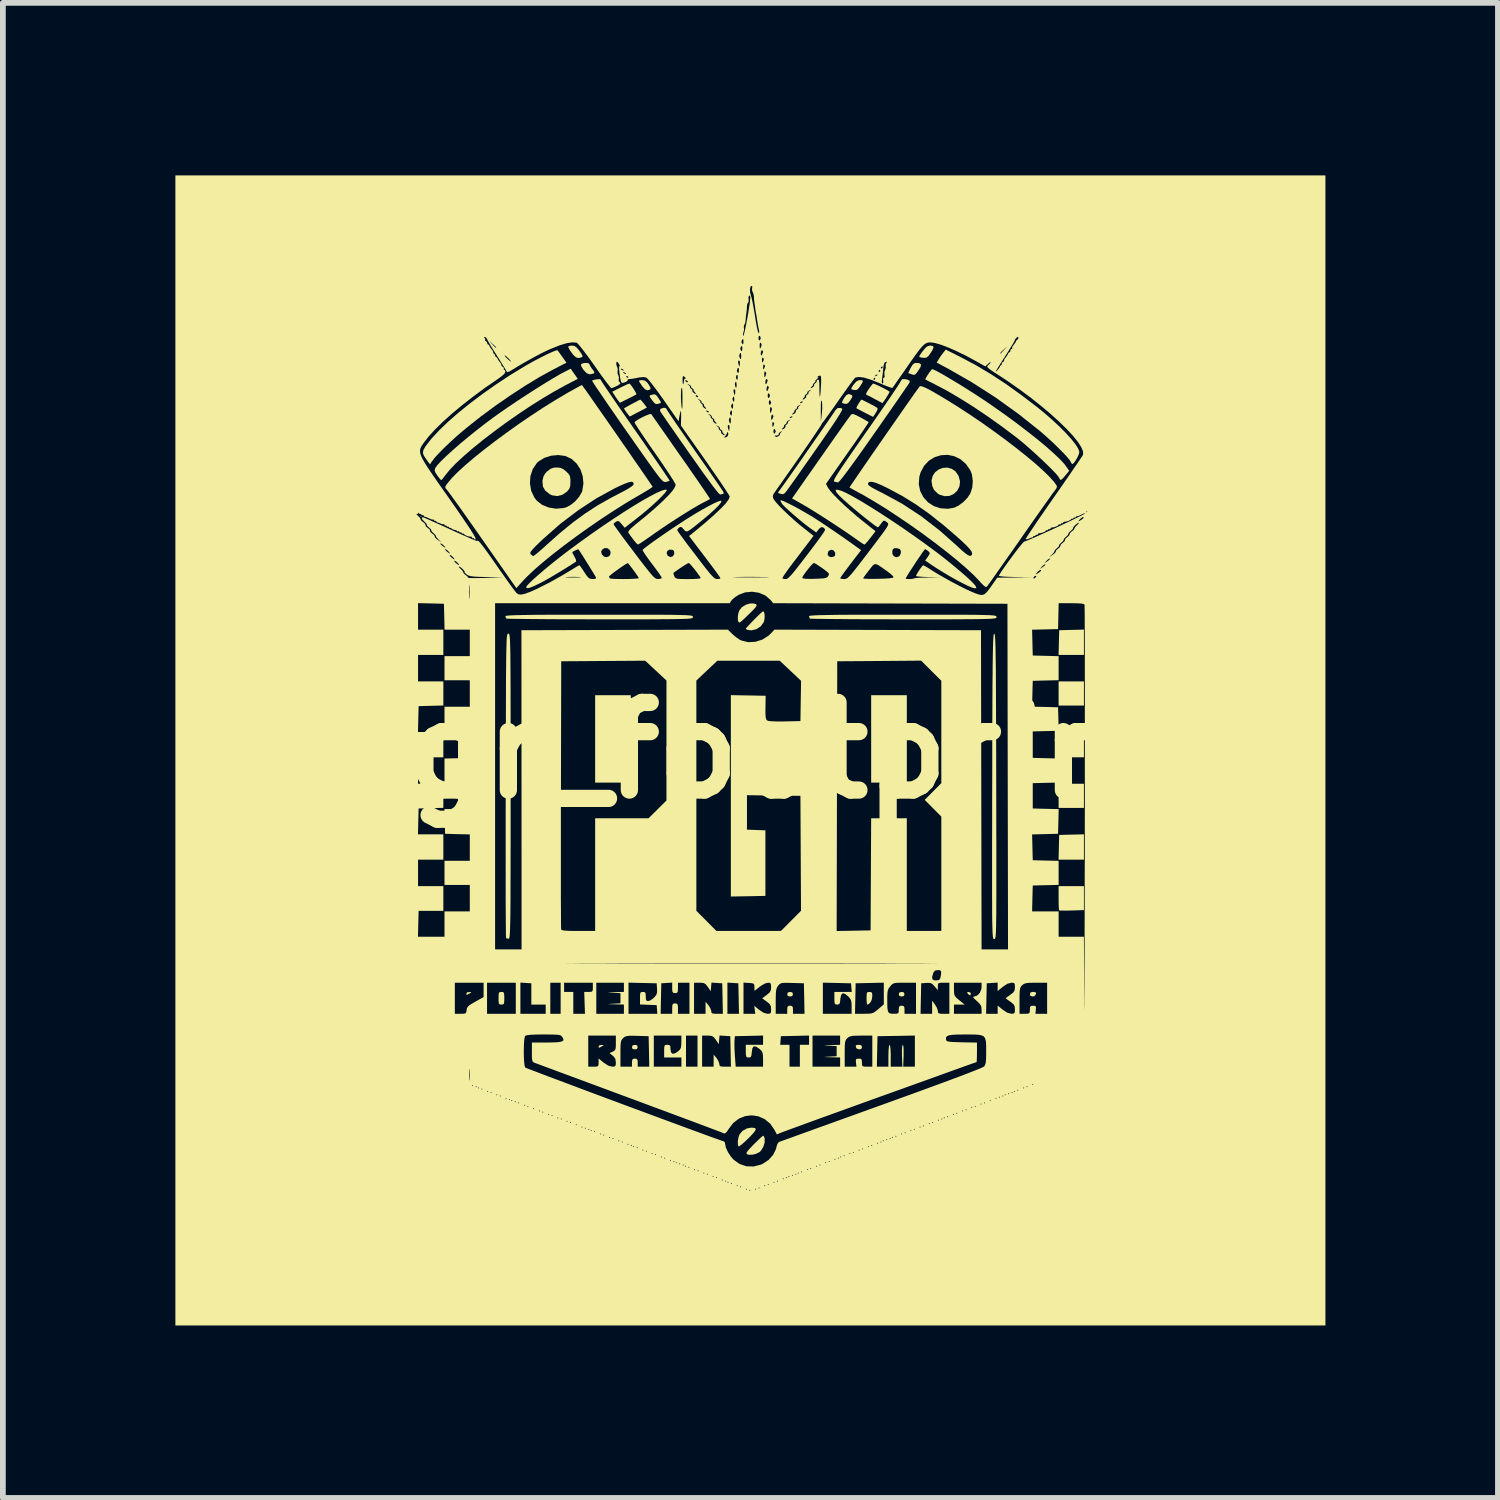
<source format=kicad_pcb>
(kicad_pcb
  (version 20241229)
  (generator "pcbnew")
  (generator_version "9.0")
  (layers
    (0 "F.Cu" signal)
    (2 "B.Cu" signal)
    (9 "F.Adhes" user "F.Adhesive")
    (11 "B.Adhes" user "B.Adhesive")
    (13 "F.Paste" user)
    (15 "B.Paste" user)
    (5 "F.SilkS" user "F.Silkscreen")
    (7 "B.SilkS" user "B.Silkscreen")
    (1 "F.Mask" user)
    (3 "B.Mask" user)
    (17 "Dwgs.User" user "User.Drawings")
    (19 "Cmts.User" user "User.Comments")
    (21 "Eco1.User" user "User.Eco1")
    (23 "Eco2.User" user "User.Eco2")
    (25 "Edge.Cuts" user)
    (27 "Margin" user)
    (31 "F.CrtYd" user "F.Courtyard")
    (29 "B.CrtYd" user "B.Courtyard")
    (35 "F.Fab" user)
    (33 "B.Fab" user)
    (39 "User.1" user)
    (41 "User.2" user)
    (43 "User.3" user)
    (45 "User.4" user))
  (footprint "pgr_footprint"
    (layer "F.Cu")
    (at 10 10)
    (property "Reference" "pgr_footprint" (at 0 0 0) (layer "F.SilkS") (effects (font (size 1.524 1.524) (thickness 0.3))))
    (attr board_only exclude_from_pos_files exclude_from_bom)
    (fp_poly (pts (xy -5.72 -4.07) (xy -5.73 -4.06) (xy -5.74 -4.07) (xy -5.73 -4.08)) (stroke (width 0) (type solid)) (fill yes) (layer "F.SilkS"))
    (fp_poly (pts (xy -2.08 0.56) (xy -2.7 0.56) (xy -2.7 -0.96) (xy -2.08 -0.96)) (stroke (width 0) (type solid)) (fill yes) (layer "F.SilkS"))
    (fp_poly (pts (xy 2.72 0.56) (xy 2.1 0.56) (xy 2.1 -0.96) (xy 2.72 -0.96)) (stroke (width 0) (type solid)) (fill yes) (layer "F.SilkS"))
    (fp_poly (pts (xy 5.8 -1.66) (xy 5.359 -1.66) (xy 5.37 -2.09) (xy 5.8 -2.101)) (stroke (width 0) (type solid)) (fill yes) (layer "F.SilkS"))
    (fp_poly (pts (xy 5.8 -0.78) (xy 5.36 -0.78) (xy 5.36 -1.2) (xy 5.8 -1.2)) (stroke (width 0) (type solid)) (fill yes) (layer "F.SilkS"))
    (fp_poly (pts (xy 5.8 0.12) (xy 5.36 0.12) (xy 5.36 -0.32) (xy 5.8 -0.32)) (stroke (width 0) (type solid)) (fill yes) (layer "F.SilkS"))
    (fp_poly (pts (xy 5.8 1) (xy 5.36 1) (xy 5.36 0.58) (xy 5.8 0.58)) (stroke (width 0) (type solid)) (fill yes) (layer "F.SilkS"))
    (fp_poly (pts (xy 5.8 1.9) (xy 5.359 1.9) (xy 5.37 1.47) (xy 5.8 1.459)) (stroke (width 0) (type solid)) (fill yes) (layer "F.SilkS"))
    (fp_poly (pts (xy -1.971 5.129) (xy -1.96 5.16) (xy -1.972 5.191) (xy -2.01 5.2) (xy -2.049 5.191) (xy -2.06 5.16) (xy -2.048 5.129) (xy -2.01 5.12)) (stroke (width 0) (type solid)) (fill yes) (layer "F.SilkS"))
    (fp_poly (pts (xy 0.729 4.209) (xy 0.74 4.24) (xy 0.728 4.271) (xy 0.69 4.28) (xy 0.651 4.271) (xy 0.64 4.24) (xy 0.652 4.209) (xy 0.69 4.2)) (stroke (width 0) (type solid)) (fill yes) (layer "F.SilkS"))
    (fp_poly (pts (xy 2.669 4.209) (xy 2.68 4.24) (xy 2.668 4.271) (xy 2.63 4.28) (xy 2.591 4.271) (xy 2.58 4.24) (xy 2.592 4.209) (xy 2.63 4.2)) (stroke (width 0) (type solid)) (fill yes) (layer "F.SilkS"))
    (fp_poly (pts (xy -4.855 4.206) (xy -4.859 4.214) (xy -4.86 4.214) (xy -4.904 4.237) (xy -4.915 4.245) (xy -4.936 4.252) (xy -4.94 4.232) (xy -4.925 4.207) (xy -4.885 4.202)) (stroke (width 0) (type solid)) (fill yes) (layer "F.SilkS"))
    (fp_poly (pts (xy -2.555 5.126) (xy -2.559 5.134) (xy -2.56 5.134) (xy -2.604 5.157) (xy -2.615 5.165) (xy -2.636 5.172) (xy -2.64 5.152) (xy -2.625 5.127) (xy -2.585 5.122)) (stroke (width 0) (type solid)) (fill yes) (layer "F.SilkS"))
    (fp_poly (pts (xy 3.826 4.213) (xy 3.833 4.23) (xy 3.826 4.257) (xy 3.819 4.26) (xy 3.796 4.246) (xy 3.78 4.23) (xy 3.767 4.207) (xy 3.788 4.2) (xy 3.794 4.2)) (stroke (width 0) (type solid)) (fill yes) (layer "F.SilkS"))
    (fp_poly (pts (xy 1.925 5.127) (xy 1.94 5.152) (xy 1.94 5.16) (xy 1.928 5.192) (xy 1.892 5.2) (xy 1.848 5.185) (xy 1.834 5.16) (xy 1.833 5.131) (xy 1.858 5.121) (xy 1.882 5.12)) (stroke (width 0) (type solid)) (fill yes) (layer "F.SilkS"))
    (fp_poly (pts (xy 4.959 4.205) (xy 4.969 4.224) (xy 4.966 4.24) (xy 4.939 4.274) (xy 4.908 4.28) (xy 4.87 4.27) (xy 4.86 4.24) (xy 4.87 4.21) (xy 4.906 4.2) (xy 4.918 4.2)) (stroke (width 0) (type solid)) (fill yes) (layer "F.SilkS"))
    (fp_poly (pts (xy 5.8 2.777) (xy 5.588 2.784) (xy 5.501 2.786) (xy 5.429 2.786) (xy 5.382 2.784) (xy 5.368 2.782) (xy 5.365 2.759) (xy 5.362 2.706) (xy 5.36 2.63) (xy 5.36 2.567) (xy 5.36 2.36) (xy 5.8 2.36)) (stroke (width 0) (type solid)) (fill yes) (layer "F.SilkS"))
    (fp_poly (pts (xy 2.941 -6.733) (xy 2.967 -6.711) (xy 2.96 -6.67) (xy 2.93 -6.621) (xy 2.892 -6.566) (xy 2.866 -6.538) (xy 2.842 -6.531) (xy 2.81 -6.539) (xy 2.796 -6.544) (xy 2.743 -6.562) (xy 2.786 -6.65) (xy 2.82 -6.707) (xy 2.852 -6.733) (xy 2.88 -6.739)) (stroke (width 0) (type solid)) (fill yes) (layer "F.SilkS"))
    (fp_poly (pts (xy 1.754 -6.184) (xy 1.759 -6.181) (xy 1.773 -6.164) (xy 1.767 -6.137) (xy 1.739 -6.092) (xy 1.704 -6.045) (xy 1.675 -6.027) (xy 1.637 -6.028) (xy 1.615 -6.034) (xy 1.596 -6.043) (xy 1.594 -6.061) (xy 1.613 -6.099) (xy 1.625 -6.121) (xy 1.667 -6.178) (xy 1.708 -6.198)) (stroke (width 0) (type solid)) (fill yes) (layer "F.SilkS"))
    (fp_poly (pts (xy 1.943 -6.437) (xy 1.957 -6.422) (xy 1.944 -6.39) (xy 1.909 -6.335) (xy 1.872 -6.286) (xy 1.839 -6.266) (xy 1.797 -6.269) (xy 1.775 -6.274) (xy 1.756 -6.283) (xy 1.757 -6.302) (xy 1.779 -6.339) (xy 1.795 -6.361) (xy 1.84 -6.414) (xy 1.883 -6.437) (xy 1.905 -6.44)) (stroke (width 0) (type solid)) (fill yes) (layer "F.SilkS"))
    (fp_poly (pts (xy 2.103 4.205) (xy 2.117 4.226) (xy 2.12 4.276) (xy 2.12 4.277) (xy 2.109 4.339) (xy 2.082 4.39) (xy 2.046 4.418) (xy 2.033 4.42) (xy 2.026 4.402) (xy 2.021 4.355) (xy 2.02 4.31) (xy 2.021 4.247) (xy 2.028 4.214) (xy 2.045 4.202) (xy 2.07 4.2)) (stroke (width 0) (type solid)) (fill yes) (layer "F.SilkS"))
    (fp_poly (pts (xy -4.301 4.203) (xy -4.286 4.218) (xy -4.281 4.255) (xy -4.28 4.31) (xy -4.281 4.373) (xy -4.288 4.406) (xy -4.305 4.418) (xy -4.33 4.42) (xy -4.359 4.417) (xy -4.374 4.402) (xy -4.379 4.365) (xy -4.38 4.31) (xy -4.379 4.247) (xy -4.372 4.214) (xy -4.355 4.202) (xy -4.33 4.2)) (stroke (width 0) (type solid)) (fill yes) (layer "F.SilkS"))
    (fp_poly (pts (xy -1.834 -6.431) (xy -1.795 -6.398) (xy -1.771 -6.366) (xy -1.741 -6.315) (xy -1.737 -6.286) (xy -1.745 -6.276) (xy -1.79 -6.262) (xy -1.834 -6.28) (xy -1.882 -6.334) (xy -1.885 -6.339) (xy -1.917 -6.387) (xy -1.937 -6.42) (xy -1.94 -6.428) (xy -1.923 -6.437) (xy -1.881 -6.44) (xy -1.881 -6.44)) (stroke (width 0) (type solid)) (fill yes) (layer "F.SilkS"))
    (fp_poly (pts (xy -1.635 -6.175) (xy -1.601 -6.13) (xy -1.597 -6.123) (xy -1.566 -6.075) (xy -1.556 -6.05) (xy -1.567 -6.038) (xy -1.587 -6.032) (xy -1.627 -6.023) (xy -1.653 -6.028) (xy -1.679 -6.052) (xy -1.71 -6.091) (xy -1.744 -6.139) (xy -1.754 -6.165) (xy -1.736 -6.179) (xy -1.699 -6.189) (xy -1.664 -6.192)) (stroke (width 0) (type solid)) (fill yes) (layer "F.SilkS"))
    (fp_poly (pts (xy -3.059 -7.033) (xy -3.021 -7.006) (xy -2.977 -6.953) (xy -2.971 -6.945) (xy -2.934 -6.891) (xy -2.919 -6.86) (xy -2.924 -6.843) (xy -2.936 -6.836) (xy -2.99 -6.823) (xy -3.034 -6.836) (xy -3.08 -6.878) (xy -3.108 -6.915) (xy -3.144 -6.968) (xy -3.165 -7.008) (xy -3.167 -7.025) (xy -3.142 -7.036) (xy -3.099 -7.04)) (stroke (width 0) (type solid)) (fill yes) (layer "F.SilkS"))
    (fp_poly (pts (xy -1.898 -6.086) (xy -1.866 -6.049) (xy -1.852 -6.031) (xy -1.8 -5.962) (xy -1.95 -5.884) (xy -2.099 -5.806) (xy -2.152 -5.874) (xy -2.182 -5.917) (xy -2.197 -5.944) (xy -2.197 -5.948) (xy -2.174 -5.963) (xy -2.127 -5.989) (xy -2.068 -6.022) (xy -2.007 -6.054) (xy -1.955 -6.082) (xy -1.921 -6.098) (xy -1.915 -6.1)) (stroke (width 0) (type solid)) (fill yes) (layer "F.SilkS"))
    (fp_poly (pts (xy 0.065 6.564) (xy 0.091 6.576) (xy 0.09 6.601) (xy 0.062 6.643) (xy 0.005 6.705) (xy -0.036 6.747) (xy -0.1 6.808) (xy -0.154 6.855) (xy -0.192 6.883) (xy -0.206 6.887) (xy -0.218 6.852) (xy -0.219 6.795) (xy -0.208 6.732) (xy -0.19 6.679) (xy -0.137 6.616) (xy -0.06 6.574) (xy 0.014 6.56)) (stroke (width 0) (type solid)) (fill yes) (layer "F.SilkS"))
    (fp_poly (pts (xy -2.814 -6.732) (xy -2.8 -6.719) (xy -2.789 -6.69) (xy -2.761 -6.646) (xy -2.749 -6.631) (xy -2.719 -6.588) (xy -2.714 -6.565) (xy -2.73 -6.553) (xy -2.731 -6.552) (xy -2.796 -6.54) (xy -2.85 -6.561) (xy -2.903 -6.618) (xy -2.907 -6.623) (xy -2.939 -6.676) (xy -2.948 -6.706) (xy -2.937 -6.722) (xy -2.898 -6.736) (xy -2.852 -6.739)) (stroke (width 0) (type solid)) (fill yes) (layer "F.SilkS"))
    (fp_poly (pts (xy 3.168 -7.035) (xy 3.185 -7.017) (xy 3.175 -6.98) (xy 3.139 -6.918) (xy 3.136 -6.914) (xy 3.096 -6.858) (xy 3.061 -6.831) (xy 3.016 -6.826) (xy 2.966 -6.834) (xy 2.943 -6.84) (xy 2.937 -6.853) (xy 2.951 -6.88) (xy 2.986 -6.93) (xy 2.995 -6.941) (xy 3.044 -7.001) (xy 3.084 -7.031) (xy 3.123 -7.04) (xy 3.123 -7.04)) (stroke (width 0) (type solid)) (fill yes) (layer "F.SilkS"))
    (fp_poly (pts (xy 0.237 6.717) (xy 0.248 6.748) (xy 0.248 6.817) (xy 0.225 6.893) (xy 0.185 6.959) (xy 0.16 6.984) (xy 0.1 7.015) (xy 0.031 7.032) (xy -0.031 7.032) (xy -0.06 7.021) (xy -0.069 7.008) (xy -0.061 6.984) (xy -0.032 6.947) (xy 0.021 6.89) (xy 0.059 6.851) (xy 0.122 6.789) (xy 0.174 6.739) (xy 0.21 6.708) (xy 0.222 6.7)) (stroke (width 0) (type solid)) (fill yes) (layer "F.SilkS"))
    (fp_poly (pts (xy 0.238 -2.403) (xy 0.247 -2.359) (xy 0.247 -2.303) (xy 0.238 -2.249) (xy 0.231 -2.23) (xy 0.182 -2.16) (xy 0.108 -2.11) (xy 0.023 -2.088) (xy -0.045 -2.094) (xy -0.075 -2.108) (xy -0.08 -2.116) (xy -0.067 -2.135) (xy -0.032 -2.174) (xy 0.018 -2.226) (xy 0.074 -2.284) (xy 0.13 -2.339) (xy 0.178 -2.385) (xy 0.212 -2.414) (xy 0.222 -2.42)) (stroke (width 0) (type solid)) (fill yes) (layer "F.SilkS"))
    (fp_poly (pts (xy -2.088 -6.365) (xy -2.059 -6.328) (xy -2.027 -6.28) (xy -1.999 -6.234) (xy -1.983 -6.201) (xy -1.983 -6.191) (xy -2.003 -6.18) (xy -2.05 -6.155) (xy -2.114 -6.123) (xy -2.13 -6.115) (xy -2.27 -6.045) (xy -2.302 -6.087) (xy -2.337 -6.137) (xy -2.368 -6.184) (xy -2.403 -6.238) (xy -2.262 -6.309) (xy -2.194 -6.342) (xy -2.139 -6.367) (xy -2.108 -6.379) (xy -2.106 -6.38)) (stroke (width 0) (type solid)) (fill yes) (layer "F.SilkS"))
    (fp_poly (pts (xy 0.066 -2.554) (xy 0.1 -2.54) (xy 0.109 -2.526) (xy 0.1 -2.503) (xy 0.07 -2.465) (xy 0.015 -2.409) (xy -0.025 -2.37) (xy -0.095 -2.302) (xy -0.142 -2.258) (xy -0.171 -2.234) (xy -0.188 -2.224) (xy -0.198 -2.226) (xy -0.207 -2.233) (xy -0.218 -2.268) (xy -0.219 -2.324) (xy -0.209 -2.387) (xy -0.191 -2.438) (xy -0.145 -2.493) (xy -0.078 -2.534) (xy -0.003 -2.556)) (stroke (width 0) (type solid)) (fill yes) (layer "F.SilkS"))
    (fp_poly (pts (xy 3.502 -4.897) (xy 3.57 -4.849) (xy 3.622 -4.77) (xy 3.622 -4.769) (xy 3.646 -4.676) (xy 3.635 -4.589) (xy 3.597 -4.516) (xy 3.537 -4.46) (xy 3.462 -4.426) (xy 3.377 -4.421) (xy 3.288 -4.448) (xy 3.258 -4.466) (xy 3.192 -4.532) (xy 3.163 -4.597) (xy 3.149 -4.69) (xy 3.168 -4.771) (xy 3.212 -4.837) (xy 3.274 -4.885) (xy 3.347 -4.913) (xy 3.426 -4.918)) (stroke (width 0) (type solid)) (fill yes) (layer "F.SilkS"))
    (fp_poly (pts (xy -3.306 -4.915) (xy -3.256 -4.893) (xy -3.205 -4.852) (xy -3.161 -4.808) (xy -3.139 -4.77) (xy -3.131 -4.72) (xy -3.13 -4.672) (xy -3.133 -4.603) (xy -3.146 -4.557) (xy -3.175 -4.517) (xy -3.193 -4.498) (xy -3.272 -4.444) (xy -3.361 -4.423) (xy -3.451 -4.437) (xy -3.494 -4.458) (xy -3.569 -4.519) (xy -3.609 -4.59) (xy -3.616 -4.677) (xy -3.615 -4.695) (xy -3.599 -4.765) (xy -3.566 -4.82) (xy -3.532 -4.854) (xy -3.477 -4.897) (xy -3.424 -4.916) (xy -3.37 -4.92)) (stroke (width 0) (type solid)) (fill yes) (layer "F.SilkS"))
    (fp_poly (pts (xy 1.954 -6.091) (xy 1.999 -6.069) (xy 2.058 -6.04) (xy 2.118 -6.008) (xy 2.169 -5.98) (xy 2.198 -5.963) (xy 2.212 -5.945) (xy 2.206 -5.916) (xy 2.181 -5.872) (xy 2.153 -5.828) (xy 2.136 -5.803) (xy 2.133 -5.801) (xy 2.115 -5.81) (xy 2.07 -5.832) (xy 2.007 -5.864) (xy 1.99 -5.873) (xy 1.923 -5.908) (xy 1.872 -5.935) (xy 1.845 -5.95) (xy 1.843 -5.951) (xy 1.848 -5.97) (xy 1.867 -6.008) (xy 1.894 -6.051) (xy 1.918 -6.087) (xy 1.932 -6.1)) (stroke (width 0) (type solid)) (fill yes) (layer "F.SilkS"))
    (fp_poly (pts (xy 2.161 -6.372) (xy 2.211 -6.35) (xy 2.271 -6.321) (xy 2.333 -6.29) (xy 2.385 -6.262) (xy 2.416 -6.241) (xy 2.42 -6.236) (xy 2.41 -6.213) (xy 2.386 -6.172) (xy 2.355 -6.122) (xy 2.324 -6.076) (xy 2.301 -6.046) (xy 2.294 -6.041) (xy 2.276 -6.05) (xy 2.232 -6.073) (xy 2.171 -6.106) (xy 2.166 -6.109) (xy 2.1 -6.144) (xy 2.047 -6.171) (xy 2.017 -6.184) (xy 2.017 -6.184) (xy 2.012 -6.204) (xy 2.036 -6.251) (xy 2.059 -6.286) (xy 2.097 -6.337) (xy 2.124 -6.371) (xy 2.133 -6.38)) (stroke (width 0) (type solid)) (fill yes) (layer "F.SilkS"))
    (fp_poly (pts (xy 1.596 -5.943) (xy 1.597 -5.929) (xy 1.582 -5.897) (xy 1.552 -5.844) (xy 1.504 -5.768) (xy 1.438 -5.668) (xy 1.352 -5.541) (xy 1.245 -5.385) (xy 1.128 -5.218) (xy 1.023 -5.068) (xy 0.924 -4.927) (xy 0.834 -4.798) (xy 0.755 -4.687) (xy 0.689 -4.595) (xy 0.64 -4.527) (xy 0.61 -4.487) (xy 0.602 -4.477) (xy 0.564 -4.455) (xy 0.523 -4.462) (xy 0.477 -4.48) (xy 0.545 -4.575) (xy 0.591 -4.638) (xy 0.651 -4.723) (xy 0.724 -4.827) (xy 0.806 -4.944) (xy 0.895 -5.07) (xy 0.986 -5.202) (xy 1.078 -5.334) (xy 1.168 -5.463) (xy 1.251 -5.583) (xy 1.326 -5.692) (xy 1.389 -5.784) (xy 1.438 -5.855) (xy 1.468 -5.9) (xy 1.477 -5.915) (xy 1.516 -5.953) (xy 1.568 -5.956)) (stroke (width 0) (type solid)) (fill yes) (layer "F.SilkS"))
    (fp_poly (pts (xy 3.664 -6.836) (xy 3.921 -6.699) (xy 4.178 -6.546) (xy 4.441 -6.374) (xy 4.717 -6.176) (xy 4.958 -5.992) (xy 5.106 -5.873) (xy 5.245 -5.752) (xy 5.373 -5.633) (xy 5.486 -5.519) (xy 5.58 -5.415) (xy 5.653 -5.324) (xy 5.701 -5.248) (xy 5.72 -5.193) (xy 5.72 -5.188) (xy 5.71 -5.148) (xy 5.686 -5.094) (xy 5.655 -5.04) (xy 5.624 -4.998) (xy 5.6 -4.98) (xy 5.599 -4.98) (xy 5.58 -4.996) (xy 5.57 -5.019) (xy 5.549 -5.053) (xy 5.503 -5.108) (xy 5.437 -5.179) (xy 5.356 -5.26) (xy 5.266 -5.348) (xy 5.17 -5.436) (xy 5.075 -5.52) (xy 5.05 -5.542) (xy 4.666 -5.848) (xy 4.261 -6.139) (xy 3.846 -6.405) (xy 3.449 -6.632) (xy 3.24 -6.744) (xy 3.274 -6.802) (xy 3.313 -6.862) (xy 3.353 -6.915) (xy 3.397 -6.97)) (stroke (width 0) (type solid)) (fill yes) (layer "F.SilkS"))
    (fp_poly (pts (xy -1.479 -5.957) (xy -1.46 -5.942) (xy -1.46 -5.94) (xy -1.449 -5.919) (xy -1.417 -5.87) (xy -1.367 -5.795) (xy -1.301 -5.697) (xy -1.221 -5.581) (xy -1.13 -5.45) (xy -1.03 -5.306) (xy -0.969 -5.218) (xy -0.865 -5.069) (xy -0.767 -4.93) (xy -0.68 -4.803) (xy -0.604 -4.693) (xy -0.542 -4.603) (xy -0.497 -4.537) (xy -0.472 -4.498) (xy -0.467 -4.489) (xy -0.468 -4.464) (xy -0.476 -4.46) (xy -0.513 -4.453) (xy -0.524 -4.449) (xy -0.543 -4.462) (xy -0.582 -4.507) (xy -0.643 -4.584) (xy -0.724 -4.694) (xy -0.828 -4.836) (xy -0.952 -5.012) (xy -1.053 -5.154) (xy -1.158 -5.305) (xy -1.257 -5.446) (xy -1.346 -5.575) (xy -1.424 -5.686) (xy -1.487 -5.778) (xy -1.534 -5.846) (xy -1.562 -5.887) (xy -1.569 -5.897) (xy -1.57 -5.93) (xy -1.558 -5.942) (xy -1.517 -5.957)) (stroke (width 0) (type solid)) (fill yes) (layer "F.SilkS"))
    (fp_poly (pts (xy -3.354 -6.958) (xy -3.34 -6.939) (xy -3.309 -6.897) (xy -3.273 -6.847) (xy -3.199 -6.743) (xy -3.439 -6.619) (xy -3.668 -6.493) (xy -3.915 -6.343) (xy -4.173 -6.175) (xy -4.433 -5.995) (xy -4.687 -5.808) (xy -4.925 -5.619) (xy -4.988 -5.567) (xy -5.105 -5.467) (xy -5.219 -5.363) (xy -5.325 -5.262) (xy -5.417 -5.169) (xy -5.49 -5.089) (xy -5.537 -5.028) (xy -5.542 -5.022) (xy -5.572 -4.974) (xy -5.636 -5.061) (xy -5.68 -5.127) (xy -5.696 -5.177) (xy -5.686 -5.226) (xy -5.651 -5.287) (xy -5.649 -5.29) (xy -5.549 -5.419) (xy -5.417 -5.562) (xy -5.257 -5.716) (xy -5.073 -5.877) (xy -4.868 -6.042) (xy -4.648 -6.207) (xy -4.415 -6.371) (xy -4.175 -6.529) (xy -3.93 -6.678) (xy -3.866 -6.715) (xy -3.759 -6.775) (xy -3.653 -6.83) (xy -3.555 -6.88) (xy -3.47 -6.919) (xy -3.404 -6.947) (xy -3.363 -6.959)) (stroke (width 0) (type solid)) (fill yes) (layer "F.SilkS"))
    (fp_poly (pts (xy 2.736 -6.447) (xy 2.77 -6.427) (xy 2.771 -6.406) (xy 2.758 -6.384) (xy 2.724 -6.333) (xy 2.671 -6.256) (xy 2.602 -6.155) (xy 2.518 -6.034) (xy 2.423 -5.897) (xy 2.317 -5.745) (xy 2.204 -5.583) (xy 2.159 -5.519) (xy 2.003 -5.297) (xy 1.869 -5.108) (xy 1.757 -4.953) (xy 1.667 -4.831) (xy 1.599 -4.742) (xy 1.552 -4.686) (xy 1.527 -4.662) (xy 1.524 -4.661) (xy 1.475 -4.67) (xy 1.455 -4.677) (xy 1.451 -4.684) (xy 1.455 -4.703) (xy 1.47 -4.734) (xy 1.497 -4.781) (xy 1.538 -4.845) (xy 1.594 -4.93) (xy 1.667 -5.037) (xy 1.758 -5.169) (xy 1.869 -5.329) (xy 2.001 -5.519) (xy 2.02 -5.546) (xy 2.136 -5.711) (xy 2.244 -5.867) (xy 2.342 -6.01) (xy 2.429 -6.137) (xy 2.502 -6.246) (xy 2.56 -6.332) (xy 2.599 -6.394) (xy 2.618 -6.427) (xy 2.62 -6.431) (xy 2.637 -6.455) (xy 2.686 -6.457)) (stroke (width 0) (type solid)) (fill yes) (layer "F.SilkS"))
    (fp_poly (pts (xy -3.064 -6.55) (xy -3.002 -6.462) (xy -3.226 -6.345) (xy -3.419 -6.238) (xy -3.623 -6.117) (xy -3.832 -5.985) (xy -4.043 -5.844) (xy -4.252 -5.698) (xy -4.454 -5.549) (xy -4.646 -5.402) (xy -4.824 -5.258) (xy -4.983 -5.121) (xy -5.12 -4.994) (xy -5.229 -4.88) (xy -5.308 -4.783) (xy -5.31 -4.78) (xy -5.345 -4.733) (xy -5.37 -4.705) (xy -5.378 -4.701) (xy -5.395 -4.716) (xy -5.426 -4.755) (xy -5.447 -4.784) (xy -5.48 -4.836) (xy -5.491 -4.87) (xy -5.484 -4.901) (xy -5.478 -4.914) (xy -5.442 -4.964) (xy -5.377 -5.034) (xy -5.288 -5.12) (xy -5.178 -5.22) (xy -5.052 -5.33) (xy -4.914 -5.445) (xy -4.767 -5.564) (xy -4.615 -5.682) (xy -4.48 -5.783) (xy -4.35 -5.876) (xy -4.202 -5.978) (xy -4.043 -6.085) (xy -3.879 -6.192) (xy -3.717 -6.296) (xy -3.563 -6.392) (xy -3.424 -6.476) (xy -3.306 -6.545) (xy -3.228 -6.586) (xy -3.126 -6.638)) (stroke (width 0) (type solid)) (fill yes) (layer "F.SilkS"))
    (fp_poly (pts (xy -2.6 -6.444) (xy -2.6 -6.441) (xy -2.589 -6.42) (xy -2.557 -6.37) (xy -2.506 -6.294) (xy -2.438 -6.194) (xy -2.356 -6.074) (xy -2.262 -5.937) (xy -2.157 -5.786) (xy -2.045 -5.624) (xy -1.998 -5.557) (xy -1.883 -5.393) (xy -1.776 -5.238) (xy -1.678 -5.096) (xy -1.592 -4.971) (xy -1.519 -4.865) (xy -1.463 -4.781) (xy -1.424 -4.723) (xy -1.406 -4.692) (xy -1.404 -4.689) (xy -1.428 -4.68) (xy -1.471 -4.669) (xy -1.485 -4.668) (xy -1.498 -4.67) (xy -1.514 -4.678) (xy -1.534 -4.695) (xy -1.561 -4.723) (xy -1.595 -4.765) (xy -1.64 -4.824) (xy -1.696 -4.901) (xy -1.767 -5) (xy -1.854 -5.123) (xy -1.959 -5.272) (xy -2.084 -5.451) (xy -2.147 -5.54) (xy -2.264 -5.707) (xy -2.372 -5.864) (xy -2.472 -6.008) (xy -2.559 -6.136) (xy -2.633 -6.245) (xy -2.692 -6.331) (xy -2.732 -6.393) (xy -2.753 -6.427) (xy -2.755 -6.432) (xy -2.73 -6.441) (xy -2.683 -6.452) (xy -2.672 -6.453) (xy -2.619 -6.457)) (stroke (width 0) (type solid)) (fill yes) (layer "F.SilkS"))
    (fp_poly (pts (xy 1.797 -5.847) (xy 1.842 -5.828) (xy 1.913 -5.791) (xy 1.913 -5.791) (xy 1.979 -5.755) (xy 2.029 -5.726) (xy 2.055 -5.711) (xy 2.057 -5.71) (xy 2.047 -5.692) (xy 2.017 -5.646) (xy 1.97 -5.576) (xy 1.907 -5.484) (xy 1.832 -5.374) (xy 1.746 -5.252) (xy 1.688 -5.169) (xy 1.314 -4.635) (xy 1.35 -4.567) (xy 1.386 -4.517) (xy 1.448 -4.447) (xy 1.531 -4.362) (xy 1.63 -4.267) (xy 1.74 -4.168) (xy 1.855 -4.069) (xy 1.963 -3.981) (xy 2.176 -3.812) (xy 2.087 -3.696) (xy 2.042 -3.64) (xy 2.005 -3.598) (xy 1.985 -3.58) (xy 1.984 -3.58) (xy 1.961 -3.591) (xy 1.917 -3.619) (xy 1.87 -3.652) (xy 1.772 -3.721) (xy 1.653 -3.803) (xy 1.519 -3.892) (xy 1.38 -3.984) (xy 1.243 -4.072) (xy 1.115 -4.153) (xy 1.005 -4.221) (xy 0.925 -4.268) (xy 0.724 -4.382) (xy 1.224 -5.096) (xy 1.33 -5.247) (xy 1.429 -5.388) (xy 1.519 -5.516) (xy 1.598 -5.627) (xy 1.663 -5.719) (xy 1.712 -5.787) (xy 1.742 -5.827) (xy 1.75 -5.838) (xy 1.769 -5.849)) (stroke (width 0) (type solid)) (fill yes) (layer "F.SilkS"))
    (fp_poly (pts (xy 3.183 -6.624) (xy 3.235 -6.599) (xy 3.31 -6.558) (xy 3.405 -6.504) (xy 3.514 -6.439) (xy 3.632 -6.368) (xy 3.755 -6.291) (xy 3.878 -6.213) (xy 3.996 -6.136) (xy 4.029 -6.115) (xy 4.235 -5.974) (xy 4.438 -5.831) (xy 4.634 -5.687) (xy 4.818 -5.546) (xy 4.989 -5.411) (xy 5.141 -5.285) (xy 5.272 -5.169) (xy 5.379 -5.068) (xy 5.457 -4.984) (xy 5.487 -4.944) (xy 5.544 -4.862) (xy 5.477 -4.781) (xy 5.431 -4.728) (xy 5.402 -4.705) (xy 5.384 -4.709) (xy 5.371 -4.738) (xy 5.35 -4.769) (xy 5.305 -4.821) (xy 5.239 -4.89) (xy 5.157 -4.971) (xy 5.064 -5.06) (xy 4.965 -5.152) (xy 4.864 -5.242) (xy 4.768 -5.327) (xy 4.68 -5.4) (xy 4.639 -5.433) (xy 4.387 -5.623) (xy 4.132 -5.805) (xy 3.879 -5.975) (xy 3.634 -6.129) (xy 3.406 -6.262) (xy 3.237 -6.351) (xy 3.159 -6.391) (xy 3.095 -6.423) (xy 3.054 -6.445) (xy 3.042 -6.452) (xy 3.048 -6.47) (xy 3.07 -6.509) (xy 3.101 -6.556) (xy 3.132 -6.599) (xy 3.156 -6.627) (xy 3.161 -6.63)) (stroke (width 0) (type solid)) (fill yes) (layer "F.SilkS"))
    (fp_poly (pts (xy -2.337 -2.36) (xy -2.081 -2.36) (xy -1.86 -2.36) (xy -1.672 -2.359) (xy -1.513 -2.359) (xy -1.381 -2.358) (xy -1.275 -2.356) (xy -1.19 -2.354) (xy -1.125 -2.352) (xy -1.076 -2.349) (xy -1.042 -2.346) (xy -1.02 -2.341) (xy -1.008 -2.336) (xy -1.002 -2.33) (xy -1 -2.324) (xy -1 -2.32) (xy -1.001 -2.313) (xy -1.004 -2.306) (xy -1.013 -2.301) (xy -1.03 -2.296) (xy -1.058 -2.293) (xy -1.099 -2.289) (xy -1.155 -2.287) (xy -1.23 -2.285) (xy -1.326 -2.283) (xy -1.445 -2.282) (xy -1.59 -2.281) (xy -1.764 -2.28) (xy -1.969 -2.28) (xy -2.207 -2.28) (xy -2.482 -2.28) (xy -2.617 -2.28) (xy -2.867 -2.28) (xy -3.107 -2.281) (xy -3.331 -2.281) (xy -3.538 -2.282) (xy -3.725 -2.284) (xy -3.887 -2.285) (xy -4.024 -2.287) (xy -4.13 -2.288) (xy -4.204 -2.29) (xy -4.242 -2.292) (xy -4.247 -2.293) (xy -4.259 -2.324) (xy -4.26 -2.333) (xy -4.254 -2.338) (xy -4.235 -2.343) (xy -4.201 -2.346) (xy -4.149 -2.349) (xy -4.077 -2.352) (xy -3.983 -2.354) (xy -3.864 -2.356) (xy -3.718 -2.358) (xy -3.543 -2.359) (xy -3.336 -2.359) (xy -3.095 -2.36) (xy -2.818 -2.36) (xy -2.63 -2.36)) (stroke (width 0) (type solid)) (fill yes) (layer "F.SilkS"))
    (fp_poly (pts (xy 2.943 -2.36) (xy 3.199 -2.36) (xy 3.42 -2.36) (xy 3.608 -2.359) (xy 3.767 -2.359) (xy 3.899 -2.358) (xy 4.005 -2.356) (xy 4.09 -2.354) (xy 4.155 -2.352) (xy 4.204 -2.349) (xy 4.238 -2.346) (xy 4.26 -2.341) (xy 4.272 -2.336) (xy 4.278 -2.33) (xy 4.28 -2.324) (xy 4.28 -2.32) (xy 4.279 -2.313) (xy 4.276 -2.306) (xy 4.267 -2.301) (xy 4.25 -2.296) (xy 4.222 -2.293) (xy 4.181 -2.289) (xy 4.125 -2.287) (xy 4.05 -2.285) (xy 3.954 -2.283) (xy 3.835 -2.282) (xy 3.69 -2.281) (xy 3.516 -2.28) (xy 3.311 -2.28) (xy 3.073 -2.28) (xy 2.798 -2.28) (xy 2.663 -2.28) (xy 2.413 -2.28) (xy 2.173 -2.281) (xy 1.949 -2.281) (xy 1.742 -2.282) (xy 1.555 -2.284) (xy 1.393 -2.285) (xy 1.256 -2.287) (xy 1.15 -2.288) (xy 1.076 -2.29) (xy 1.038 -2.292) (xy 1.033 -2.293) (xy 1.021 -2.324) (xy 1.02 -2.333) (xy 1.026 -2.338) (xy 1.045 -2.343) (xy 1.079 -2.346) (xy 1.131 -2.349) (xy 1.203 -2.352) (xy 1.297 -2.354) (xy 1.416 -2.356) (xy 1.562 -2.358) (xy 1.737 -2.359) (xy 1.944 -2.359) (xy 2.185 -2.36) (xy 2.462 -2.36) (xy 2.65 -2.36)) (stroke (width 0) (type solid)) (fill yes) (layer "F.SilkS"))
    (fp_poly (pts (xy -1.725 -5.848) (xy -1.71 -5.828) (xy -1.676 -5.778) (xy -1.623 -5.703) (xy -1.554 -5.604) (xy -1.472 -5.487) (xy -1.379 -5.354) (xy -1.278 -5.209) (xy -1.203 -5.102) (xy -1.097 -4.952) (xy -1 -4.811) (xy -0.912 -4.685) (xy -0.837 -4.575) (xy -0.776 -4.486) (xy -0.732 -4.42) (xy -0.707 -4.381) (xy -0.703 -4.371) (xy -0.723 -4.36) (xy -0.769 -4.336) (xy -0.82 -4.31) (xy -0.901 -4.266) (xy -1.007 -4.204) (xy -1.132 -4.127) (xy -1.267 -4.042) (xy -1.406 -3.952) (xy -1.541 -3.861) (xy -1.666 -3.775) (xy -1.704 -3.748) (xy -1.789 -3.688) (xy -1.862 -3.638) (xy -1.918 -3.601) (xy -1.951 -3.582) (xy -1.956 -3.58) (xy -1.976 -3.595) (xy -2.011 -3.634) (xy -2.042 -3.674) (xy -2.082 -3.729) (xy -2.113 -3.773) (xy -2.125 -3.792) (xy -2.117 -3.817) (xy -2.077 -3.861) (xy -2.006 -3.922) (xy -1.995 -3.932) (xy -1.813 -4.08) (xy -1.656 -4.215) (xy -1.526 -4.334) (xy -1.424 -4.436) (xy -1.351 -4.52) (xy -1.31 -4.585) (xy -1.3 -4.62) (xy -1.311 -4.645) (xy -1.343 -4.699) (xy -1.392 -4.776) (xy -1.456 -4.873) (xy -1.532 -4.986) (xy -1.617 -5.11) (xy -1.66 -5.172) (xy -1.749 -5.299) (xy -1.829 -5.416) (xy -1.898 -5.518) (xy -1.954 -5.602) (xy -1.993 -5.664) (xy -2.013 -5.699) (xy -2.015 -5.705) (xy -1.994 -5.727) (xy -1.949 -5.757) (xy -1.89 -5.789) (xy -1.828 -5.819) (xy -1.773 -5.841) (xy -1.735 -5.851)) (stroke (width 0) (type solid)) (fill yes) (layer "F.SilkS"))
    (fp_poly (pts (xy -4.204 -2.03) (xy -4.199 -2.027) (xy -4.195 -2.02) (xy -4.19 -2.007) (xy -4.187 -1.986) (xy -4.184 -1.954) (xy -4.181 -1.91) (xy -4.179 -1.852) (xy -4.177 -1.778) (xy -4.175 -1.685) (xy -4.174 -1.573) (xy -4.173 -1.438) (xy -4.172 -1.278) (xy -4.171 -1.093) (xy -4.171 -0.879) (xy -4.17 -0.634) (xy -4.17 -0.358) (xy -4.17 -0.047) (xy -4.17 0.3) (xy -4.17 0.62) (xy -4.17 0.999) (xy -4.17 1.341) (xy -4.17 1.647) (xy -4.171 1.919) (xy -4.171 2.158) (xy -4.172 2.368) (xy -4.172 2.55) (xy -4.173 2.706) (xy -4.174 2.837) (xy -4.176 2.947) (xy -4.178 3.037) (xy -4.18 3.109) (xy -4.182 3.165) (xy -4.185 3.207) (xy -4.188 3.236) (xy -4.192 3.256) (xy -4.196 3.268) (xy -4.201 3.274) (xy -4.205 3.276) (xy -4.24 3.269) (xy -4.25 3.256) (xy -4.251 3.234) (xy -4.252 3.173) (xy -4.253 3.077) (xy -4.254 2.949) (xy -4.255 2.789) (xy -4.256 2.602) (xy -4.256 2.389) (xy -4.256 2.152) (xy -4.256 1.894) (xy -4.256 1.618) (xy -4.256 1.325) (xy -4.256 1.019) (xy -4.255 0.7) (xy -4.255 0.6) (xy -4.254 0.222) (xy -4.254 -0.117) (xy -4.253 -0.421) (xy -4.252 -0.69) (xy -4.251 -0.928) (xy -4.251 -1.136) (xy -4.25 -1.316) (xy -4.248 -1.47) (xy -4.247 -1.6) (xy -4.245 -1.708) (xy -4.243 -1.796) (xy -4.241 -1.867) (xy -4.239 -1.922) (xy -4.236 -1.962) (xy -4.232 -1.991) (xy -4.229 -2.011) (xy -4.224 -2.022) (xy -4.22 -2.028) (xy -4.214 -2.03) (xy -4.21 -2.03)) (stroke (width 0) (type solid)) (fill yes) (layer "F.SilkS"))
    (fp_poly (pts (xy 4.244 -2.027) (xy 4.248 -2.015) (xy 4.252 -1.994) (xy 4.255 -1.96) (xy 4.258 -1.913) (xy 4.26 -1.85) (xy 4.263 -1.769) (xy 4.264 -1.669) (xy 4.266 -1.547) (xy 4.268 -1.401) (xy 4.269 -1.23) (xy 4.27 -1.031) (xy 4.271 -0.803) (xy 4.272 -0.544) (xy 4.273 -0.251) (xy 4.274 0.077) (xy 4.275 0.442) (xy 4.275 0.625) (xy 4.276 1.004) (xy 4.276 1.346) (xy 4.277 1.651) (xy 4.277 1.923) (xy 4.277 2.162) (xy 4.277 2.372) (xy 4.277 2.553) (xy 4.276 2.709) (xy 4.276 2.841) (xy 4.274 2.95) (xy 4.273 3.04) (xy 4.271 3.112) (xy 4.269 3.168) (xy 4.266 3.209) (xy 4.263 3.239) (xy 4.259 3.259) (xy 4.255 3.271) (xy 4.25 3.278) (xy 4.245 3.28) (xy 4.24 3.28) (xy 4.234 3.28) (xy 4.229 3.277) (xy 4.224 3.27) (xy 4.22 3.258) (xy 4.217 3.237) (xy 4.214 3.206) (xy 4.211 3.162) (xy 4.209 3.105) (xy 4.207 3.031) (xy 4.205 2.94) (xy 4.204 2.828) (xy 4.204 2.694) (xy 4.203 2.535) (xy 4.203 2.351) (xy 4.203 2.138) (xy 4.203 1.895) (xy 4.203 1.62) (xy 4.204 1.311) (xy 4.204 0.966) (xy 4.205 0.625) (xy 4.206 0.242) (xy 4.206 -0.103) (xy 4.207 -0.412) (xy 4.208 -0.686) (xy 4.209 -0.929) (xy 4.21 -1.141) (xy 4.212 -1.325) (xy 4.213 -1.482) (xy 4.215 -1.615) (xy 4.217 -1.725) (xy 4.219 -1.815) (xy 4.221 -1.886) (xy 4.224 -1.94) (xy 4.227 -1.98) (xy 4.23 -2.007) (xy 4.234 -2.022) (xy 4.238 -2.029) (xy 4.24 -2.03)) (stroke (width 0) (type solid)) (fill yes) (layer "F.SilkS"))
    (fp_poly (pts (xy -2.897 -6.309) (xy -2.846 -6.239) (xy -2.781 -6.146) (xy -2.704 -6.035) (xy -2.616 -5.909) (xy -2.52 -5.772) (xy -2.42 -5.628) (xy -2.317 -5.48) (xy -2.215 -5.332) (xy -2.114 -5.188) (xy -2.02 -5.05) (xy -1.932 -4.924) (xy -1.855 -4.812) (xy -1.791 -4.719) (xy -1.742 -4.647) (xy -1.711 -4.601) (xy -1.701 -4.584) (xy -1.718 -4.57) (xy -1.763 -4.54) (xy -1.832 -4.498) (xy -1.917 -4.448) (xy -1.965 -4.42) (xy -2.165 -4.302) (xy -2.376 -4.169) (xy -2.593 -4.027) (xy -2.811 -3.877) (xy -3.025 -3.724) (xy -3.231 -3.571) (xy -3.425 -3.421) (xy -3.6 -3.279) (xy -3.754 -3.146) (xy -3.88 -3.027) (xy -3.95 -2.955) (xy -4.07 -2.822) (xy -4.499 -3.435) (xy -3.829 -3.435) (xy -3.826 -3.418) (xy -3.821 -3.412) (xy -3.791 -3.386) (xy -3.775 -3.38) (xy -3.754 -3.393) (xy -3.71 -3.428) (xy -3.648 -3.481) (xy -3.575 -3.546) (xy -3.553 -3.567) (xy -3.316 -3.777) (xy -3.093 -3.96) (xy -2.875 -4.12) (xy -2.654 -4.263) (xy -2.422 -4.394) (xy -2.311 -4.452) (xy -2.196 -4.512) (xy -2.115 -4.558) (xy -2.063 -4.592) (xy -2.036 -4.617) (xy -2.03 -4.632) (xy -2.037 -4.66) (xy -2.061 -4.672) (xy -2.105 -4.666) (xy -2.173 -4.643) (xy -2.27 -4.601) (xy -2.367 -4.554) (xy -2.683 -4.381) (xy -2.999 -4.173) (xy -3.31 -3.937) (xy -3.606 -3.676) (xy -3.658 -3.627) (xy -3.736 -3.551) (xy -3.787 -3.497) (xy -3.817 -3.46) (xy -3.829 -3.435) (xy -4.499 -3.435) (xy -4.659 -3.664) (xy -4.774 -3.828) (xy -4.883 -3.983) (xy -4.983 -4.125) (xy -5.073 -4.252) (xy -5.151 -4.359) (xy -5.212 -4.445) (xy -5.257 -4.505) (xy -5.281 -4.536) (xy -5.284 -4.539) (xy -5.304 -4.562) (xy -5.307 -4.584) (xy -5.288 -4.617) (xy -5.271 -4.641) (xy -3.834 -4.641) (xy -3.812 -4.514) (xy -3.757 -4.398) (xy -3.714 -4.342) (xy -3.623 -4.271) (xy -3.509 -4.224) (xy -3.383 -4.204) (xy -3.255 -4.214) (xy -3.212 -4.224) (xy -3.132 -4.264) (xy -3.05 -4.329) (xy -2.98 -4.409) (xy -2.932 -4.491) (xy -2.924 -4.512) (xy -2.904 -4.641) (xy -2.916 -4.768) (xy -2.956 -4.887) (xy -3.023 -4.99) (xy -3.111 -5.07) (xy -3.218 -5.12) (xy -3.22 -5.12) (xy -3.342 -5.137) (xy -3.468 -5.125) (xy -3.585 -5.087) (xy -3.684 -5.026) (xy -3.714 -4.998) (xy -3.785 -4.892) (xy -3.826 -4.77) (xy -3.834 -4.641) (xy -5.271 -4.641) (xy -5.263 -4.652) (xy -5.189 -4.74) (xy -5.085 -4.845) (xy -4.953 -4.965) (xy -4.799 -5.096) (xy -4.625 -5.236) (xy -4.436 -5.381) (xy -4.235 -5.529) (xy -4.027 -5.677) (xy -3.815 -5.822) (xy -3.603 -5.961) (xy -3.394 -6.091) (xy -3.194 -6.21) (xy -3.181 -6.217) (xy -3.092 -6.267) (xy -3.017 -6.309) (xy -2.962 -6.339) (xy -2.932 -6.353) (xy -2.929 -6.354)) (stroke (width 0) (type solid)) (fill yes) (layer "F.SilkS"))
    (fp_poly (pts (xy 2.99 -6.329) (xy 3.04 -6.309) (xy 3.11 -6.274) (xy 3.206 -6.22) (xy 3.331 -6.146) (xy 3.37 -6.123) (xy 3.579 -5.994) (xy 3.792 -5.856) (xy 4.004 -5.713) (xy 4.212 -5.566) (xy 4.413 -5.419) (xy 4.603 -5.274) (xy 4.78 -5.134) (xy 4.939 -5.002) (xy 5.077 -4.879) (xy 5.19 -4.77) (xy 5.276 -4.675) (xy 5.328 -4.604) (xy 5.328 -4.568) (xy 5.305 -4.534) (xy 5.286 -4.509) (xy 5.246 -4.455) (xy 5.189 -4.374) (xy 5.115 -4.271) (xy 5.029 -4.149) (xy 4.931 -4.01) (xy 4.825 -3.859) (xy 4.713 -3.699) (xy 4.7 -3.68) (xy 4.588 -3.519) (xy 4.482 -3.369) (xy 4.385 -3.231) (xy 4.299 -3.109) (xy 4.227 -3.006) (xy 4.17 -2.926) (xy 4.131 -2.872) (xy 4.113 -2.848) (xy 4.112 -2.847) (xy 4.093 -2.842) (xy 4.062 -2.862) (xy 4.014 -2.91) (xy 3.99 -2.937) (xy 3.886 -3.046) (xy 3.751 -3.171) (xy 3.591 -3.309) (xy 3.41 -3.455) (xy 3.213 -3.607) (xy 3.004 -3.762) (xy 2.789 -3.915) (xy 2.571 -4.063) (xy 2.357 -4.204) (xy 2.149 -4.332) (xy 1.954 -4.446) (xy 1.89 -4.48) (xy 1.819 -4.519) (xy 1.762 -4.55) (xy 1.729 -4.569) (xy 1.723 -4.572) (xy 1.733 -4.589) (xy 1.763 -4.634) (xy 1.765 -4.636) (xy 2.044 -4.636) (xy 2.051 -4.618) (xy 2.079 -4.593) (xy 2.133 -4.56) (xy 2.218 -4.515) (xy 2.304 -4.472) (xy 2.641 -4.289) (xy 2.97 -4.073) (xy 3.294 -3.822) (xy 3.585 -3.564) (xy 3.674 -3.481) (xy 3.741 -3.425) (xy 3.789 -3.393) (xy 3.821 -3.382) (xy 3.843 -3.391) (xy 3.85 -3.4) (xy 3.857 -3.425) (xy 3.847 -3.456) (xy 3.818 -3.498) (xy 3.766 -3.554) (xy 3.689 -3.629) (xy 3.615 -3.696) (xy 3.359 -3.917) (xy 3.117 -4.109) (xy 2.881 -4.276) (xy 2.644 -4.423) (xy 2.402 -4.553) (xy 2.277 -4.614) (xy 2.24 -4.629) (xy 2.928 -4.629) (xy 2.953 -4.509) (xy 3.009 -4.402) (xy 3.089 -4.314) (xy 3.191 -4.248) (xy 3.308 -4.21) (xy 3.437 -4.202) (xy 3.541 -4.22) (xy 3.62 -4.257) (xy 3.703 -4.319) (xy 3.777 -4.396) (xy 3.824 -4.467) (xy 3.858 -4.57) (xy 3.867 -4.687) (xy 3.852 -4.8) (xy 3.825 -4.87) (xy 3.747 -4.983) (xy 3.651 -5.065) (xy 3.543 -5.117) (xy 3.429 -5.14) (xy 3.313 -5.133) (xy 3.203 -5.099) (xy 3.104 -5.038) (xy 3.021 -4.95) (xy 2.96 -4.836) (xy 2.938 -4.76) (xy 2.928 -4.629) (xy 2.24 -4.629) (xy 2.183 -4.653) (xy 2.115 -4.671) (xy 2.071 -4.67) (xy 2.048 -4.65) (xy 2.044 -4.636) (xy 1.765 -4.636) (xy 1.812 -4.705) (xy 1.875 -4.798) (xy 1.951 -4.909) (xy 2.038 -5.035) (xy 2.132 -5.171) (xy 2.231 -5.314) (xy 2.333 -5.461) (xy 2.435 -5.607) (xy 2.534 -5.749) (xy 2.628 -5.884) (xy 2.714 -6.008) (xy 2.791 -6.117) (xy 2.854 -6.207) (xy 2.903 -6.275) (xy 2.933 -6.316) (xy 2.942 -6.328) (xy 2.959 -6.335)) (stroke (width 0) (type solid)) (fill yes) (layer "F.SilkS"))
    (fp_poly (pts (xy 10 10) (xy -10 10) (xy -10 7.65) (xy -0.02 7.65) (xy -0.01 7.66) (xy 0 7.65) (xy -0.01 7.64) (xy -0.02 7.65) (xy -10 7.65) (xy -10 7.63) (xy -0.08 7.63) (xy -0.07 7.64) (xy -0.06 7.63) (xy 0.08 7.63) (xy 0.09 7.64) (xy 0.1 7.63) (xy 0.09 7.62) (xy 0.08 7.63) (xy -0.06 7.63) (xy -0.07 7.62) (xy -0.08 7.63) (xy -10 7.63) (xy -10 7.61) (xy 0.14 7.61) (xy 0.15 7.62) (xy 0.16 7.61) (xy 0.15 7.6) (xy 0.14 7.61) (xy -10 7.61) (xy -10 7.59) (xy -0.18 7.59) (xy -0.17 7.6) (xy -0.16 7.59) (xy -0.17 7.58) (xy -0.18 7.59) (xy -10 7.59) (xy -10 7.57) (xy -0.24 7.57) (xy -0.23 7.58) (xy -0.22 7.57) (xy 0.24 7.57) (xy 0.25 7.58) (xy 0.26 7.57) (xy 0.25 7.56) (xy 0.24 7.57) (xy -0.22 7.57) (xy -0.23 7.56) (xy -0.24 7.57) (xy -10 7.57) (xy -10 7.55) (xy 0.3 7.55) (xy 0.31 7.56) (xy 0.32 7.55) (xy 0.31 7.54) (xy 0.3 7.55) (xy -10 7.55) (xy -10 7.53) (xy -0.34 7.53) (xy -0.33 7.54) (xy -0.32 7.53) (xy -0.33 7.52) (xy -0.34 7.53) (xy -10 7.53) (xy -10 7.51) (xy -0.4 7.51) (xy -0.39 7.52) (xy -0.38 7.51) (xy 0.4 7.51) (xy 0.41 7.52) (xy 0.42 7.51) (xy 0.41 7.5) (xy 0.4 7.51) (xy -0.38 7.51) (xy -0.39 7.5) (xy -0.4 7.51) (xy -10 7.51) (xy -10 7.49) (xy -0.44 7.49) (xy -0.43 7.5) (xy -0.42 7.49) (xy 0.46 7.49) (xy 0.47 7.5) (xy 0.48 7.49) (xy 0.47 7.48) (xy 0.46 7.49) (xy -0.42 7.49) (xy -0.43 7.48) (xy -0.44 7.49) (xy -10 7.49) (xy -10 7.47) (xy -0.5 7.47) (xy -0.49 7.48) (xy -0.48 7.47) (xy -0.49 7.46) (xy -0.5 7.47) (xy -10 7.47) (xy -10 7.45) (xy 0.56 7.45) (xy 0.57 7.46) (xy 0.58 7.45) (xy 0.57 7.44) (xy 0.56 7.45) (xy -10 7.45) (xy -10 7.43) (xy -0.6 7.43) (xy -0.59 7.44) (xy -0.58 7.43) (xy 0.62 7.43) (xy 0.63 7.44) (xy 0.64 7.43) (xy 0.63 7.42) (xy 0.62 7.43) (xy -0.58 7.43) (xy -0.59 7.42) (xy -0.6 7.43) (xy -10 7.43) (xy -10 7.41) (xy -0.66 7.41) (xy -0.65 7.42) (xy -0.64 7.41) (xy 0.66 7.41) (xy 0.67 7.42) (xy 0.68 7.41) (xy 0.67 7.4) (xy 0.66 7.41) (xy -0.64 7.41) (xy -0.65 7.4) (xy -0.66 7.41) (xy -10 7.41) (xy -10 7.39) (xy 0.72 7.39) (xy 0.73 7.4) (xy 0.74 7.39) (xy 0.73 7.38) (xy 0.72 7.39) (xy -10 7.39) (xy -10 7.37) (xy -0.76 7.37) (xy -0.75 7.38) (xy -0.74 7.37) (xy 0.78 7.37) (xy 0.79 7.38) (xy 0.8 7.37) (xy 0.79 7.36) (xy 0.78 7.37) (xy -0.74 7.37) (xy -0.75 7.36) (xy -0.76 7.37) (xy -10 7.37) (xy -10 7.35) (xy -0.82 7.35) (xy -0.81 7.36) (xy -0.8 7.35) (xy 0.82 7.35) (xy 0.83 7.36) (xy 0.84 7.35) (xy 0.83 7.34) (xy 0.82 7.35) (xy -0.8 7.35) (xy -0.81 7.34) (xy -0.82 7.35) (xy -10 7.35) (xy -10 7.33) (xy 0.88 7.33) (xy 0.89 7.34) (xy 0.9 7.33) (xy 0.89 7.32) (xy 0.88 7.33) (xy -10 7.33) (xy -10 7.31) (xy -0.92 7.31) (xy -0.91 7.32) (xy -0.9 7.31) (xy -0.91 7.3) (xy -0.92 7.31) (xy -10 7.31) (xy -10 7.29) (xy -0.98 7.29) (xy -0.97 7.3) (xy -0.96 7.29) (xy 0.98 7.29) (xy 0.99 7.3) (xy 1 7.29) (xy 0.99 7.28) (xy 0.98 7.29) (xy -0.96 7.29) (xy -0.97 7.28) (xy -0.98 7.29) (xy -10 7.29) (xy -10 7.27) (xy 1.04 7.27) (xy 1.05 7.28) (xy 1.06 7.27) (xy 1.05 7.26) (xy 1.04 7.27) (xy -10 7.27) (xy -10 7.25) (xy -1.08 7.25) (xy -1.07 7.26) (xy -1.06 7.25) (xy -1.07 7.24) (xy -1.08 7.25) (xy -10 7.25) (xy -10 7.23) (xy -1.14 7.23) (xy -1.13 7.24) (xy -1.12 7.23) (xy -1.13 7.22) (xy -1.14 7.23) (xy -10 7.23) (xy -10 7.21) (xy -1.18 7.21) (xy -1.17 7.22) (xy -1.16 7.21) (xy -1.17 7.2) (xy -1.18 7.21) (xy -10 7.21) (xy -10 7.19) (xy -1.24 7.19) (xy -1.23 7.2) (xy -1.22 7.19) (xy -1.23 7.18) (xy -1.24 7.19) (xy -10 7.19) (xy -10 7.17) (xy -1.3 7.17) (xy -1.29 7.18) (xy -1.28 7.17) (xy -1.29 7.16) (xy -1.3 7.17) (xy -10 7.17) (xy -10 7.15) (xy -1.34 7.15) (xy -1.33 7.16) (xy -1.32 7.15) (xy -1.33 7.14) (xy -1.34 7.15) (xy -10 7.15) (xy -10 7.13) (xy -1.4 7.13) (xy -1.39 7.14) (xy -1.38 7.13) (xy -1.39 7.12) (xy -1.4 7.13) (xy -10 7.13) (xy -10 7.09) (xy -1.5 7.09) (xy -1.49 7.1) (xy -1.48 7.09) (xy -1.49 7.08) (xy -1.5 7.09) (xy -10 7.09) (xy -10 7.07) (xy -1.56 7.07) (xy -1.55 7.08) (xy -1.54 7.07) (xy -1.55 7.06) (xy -1.56 7.07) (xy -10 7.07) (xy -10 7.03) (xy -1.66 7.03) (xy -1.65 7.04) (xy -1.64 7.03) (xy -1.65 7.02) (xy -1.66 7.03) (xy -10 7.03) (xy -10 7.01) (xy -1.72 7.01) (xy -1.71 7.02) (xy -1.7 7.01) (xy -1.71 7) (xy -1.72 7.01) (xy -10 7.01) (xy -10 6.97) (xy -1.82 6.97) (xy -1.81 6.98) (xy -1.8 6.97) (xy -1.81 6.96) (xy -1.82 6.97) (xy -10 6.97) (xy -10 6.95) (xy -1.88 6.95) (xy -1.87 6.96) (xy -1.86 6.95) (xy -1.87 6.94) (xy -1.88 6.95) (xy -10 6.95) (xy -10 6.91) (xy -1.98 6.91) (xy -1.97 6.92) (xy -1.96 6.91) (xy -1.97 6.9) (xy -1.98 6.91) (xy -10 6.91) (xy -10 6.89) (xy -2.04 6.89) (xy -2.03 6.9) (xy -2.02 6.89) (xy -2.03 6.88) (xy -2.04 6.89) (xy -10 6.89) (xy -10 6.87) (xy -2.08 6.87) (xy -2.07 6.88) (xy -2.06 6.87) (xy -2.07 6.86) (xy -2.08 6.87) (xy -10 6.87) (xy -10 6.85) (xy -2.14 6.85) (xy -2.13 6.86) (xy -2.12 6.85) (xy -2.13 6.84) (xy -2.14 6.85) (xy -10 6.85) (xy -10 6.81) (xy -2.24 6.81) (xy -2.23 6.82) (xy -2.22 6.81) (xy -2.23 6.8) (xy -2.24 6.81) (xy -10 6.81) (xy -10 6.79) (xy -2.3 6.79) (xy -2.29 6.8) (xy -2.28 6.79) (xy -2.29 6.78) (xy -2.3 6.79) (xy -10 6.79) (xy -10 6.75) (xy -2.4 6.75) (xy -2.39 6.76) (xy -2.38 6.75) (xy -2.39 6.74) (xy -2.4 6.75) (xy -10 6.75) (xy -10 6.73) (xy -2.46 6.73) (xy -2.45 6.74) (xy -2.44 6.73) (xy -2.45 6.72) (xy -2.46 6.73) (xy -10 6.73) (xy -10 6.69) (xy -2.56 6.69) (xy -2.55 6.7) (xy -2.54 6.69) (xy -2.55 6.68) (xy -2.56 6.69) (xy -10 6.69) (xy -10 6.67) (xy -2.62 6.67) (xy -2.61 6.68) (xy -2.6 6.67) (xy -2.61 6.66) (xy -2.62 6.67) (xy -10 6.67) (xy -10 6.63) (xy -2.72 6.63) (xy -2.71 6.64) (xy -2.7 6.63) (xy -2.71 6.62) (xy -2.72 6.63) (xy -10 6.63) (xy -10 6.61) (xy -2.78 6.61) (xy -2.77 6.62) (xy -2.76 6.61) (xy -2.77 6.6) (xy -2.78 6.61) (xy -10 6.61) (xy -10 6.59) (xy -2.82 6.59) (xy -2.81 6.6) (xy -2.8 6.59) (xy -2.81 6.58) (xy -2.82 6.59) (xy -10 6.59) (xy -10 6.57) (xy -2.88 6.57) (xy -2.87 6.58) (xy -2.86 6.57) (xy -2.87 6.56) (xy -2.88 6.57) (xy -10 6.57) (xy -10 6.55) (xy -2.94 6.55) (xy -2.93 6.56) (xy -2.92 6.55) (xy -2.93 6.54) (xy -2.94 6.55) (xy -10 6.55) (xy -10 6.51) (xy -3.04 6.51) (xy -3.03 6.52) (xy -3.02 6.51) (xy -3.03 6.5) (xy -3.04 6.51) (xy -10 6.51) (xy -10 6.47) (xy -3.14 6.47) (xy -3.13 6.48) (xy -3.12 6.47) (xy -3.13 6.46) (xy -3.14 6.47) (xy -10 6.47) (xy -10 6.45) (xy -3.2 6.45) (xy -3.19 6.46) (xy -3.18 6.45) (xy -3.19 6.44) (xy -3.2 6.45) (xy -10 6.45) (xy -10 6.41) (xy -3.3 6.41) (xy -3.29 6.42) (xy -3.28 6.41) (xy -3.29 6.4) (xy -3.3 6.41) (xy -10 6.41) (xy -10 6.39) (xy -3.36 6.39) (xy -3.35 6.4) (xy -3.34 6.39) (xy -3.35 6.38) (xy -3.36 6.39) (xy -10 6.39) (xy -10 6.35) (xy -3.46 6.35) (xy -3.45 6.36) (xy -3.44 6.35) (xy -3.45 6.34) (xy -3.46 6.35) (xy -10 6.35) (xy -10 6.33) (xy -3.52 6.33) (xy -3.51 6.34) (xy -3.5 6.33) (xy -3.51 6.32) (xy -3.52 6.33) (xy -10 6.33) (xy -10 6.29) (xy -3.62 6.29) (xy -3.61 6.3) (xy -3.6 6.29) (xy -3.61 6.28) (xy -3.62 6.29) (xy -10 6.29) (xy -10 6.27) (xy -3.68 6.27) (xy -3.67 6.28) (xy -3.66 6.27) (xy -3.67 6.26) (xy -3.68 6.27) (xy -10 6.27) (xy -10 6.23) (xy -3.78 6.23) (xy -3.77 6.24) (xy -3.76 6.23) (xy -3.77 6.22) (xy -3.78 6.23) (xy -10 6.23) (xy -10 6.19) (xy -3.88 6.19) (xy -3.87 6.2) (xy -3.86 6.19) (xy -3.87 6.18) (xy -3.88 6.19) (xy -10 6.19) (xy -10 6.17) (xy -3.94 6.17) (xy -3.93 6.18) (xy -3.92 6.17) (xy -3.93 6.16) (xy -3.94 6.17) (xy -10 6.17) (xy -10 6.13) (xy -4.04 6.13) (xy -4.03 6.14) (xy -4.02 6.13) (xy -4.03 6.12) (xy -4.04 6.13) (xy -10 6.13) (xy -10 6.11) (xy -4.1 6.11) (xy -4.09 6.12) (xy -4.08 6.11) (xy -4.09 6.1) (xy -4.1 6.11) (xy -10 6.11) (xy -10 6.09) (xy -4.16 6.09) (xy -4.15 6.1) (xy -4.14 6.09) (xy -4.15 6.08) (xy -4.16 6.09) (xy -10 6.09) (xy -10 6.07) (xy -4.2 6.07) (xy -4.19 6.08) (xy -4.18 6.07) (xy -4.19 6.06) (xy -4.2 6.07) (xy -10 6.07) (xy -10 6.05) (xy -4.26 6.05) (xy -4.25 6.06) (xy -4.24 6.05) (xy -4.25 6.04) (xy -4.26 6.05) (xy -10 6.05) (xy -10 6.01) (xy -4.36 6.01) (xy -4.35 6.02) (xy -4.34 6.01) (xy -4.35 6) (xy -4.36 6.01) (xy -10 6.01) (xy -10 5.99) (xy -4.42 5.99) (xy -4.41 6) (xy -4.4 5.99) (xy -4.41 5.98) (xy -4.42 5.99) (xy -10 5.99) (xy -10 5.95) (xy -4.52 5.95) (xy -4.51 5.96) (xy -4.5 5.95) (xy -4.51 5.94) (xy -4.52 5.95) (xy -10 5.95) (xy -10 5.93) (xy -4.58 5.93) (xy -4.57 5.94) (xy -4.56 5.93) (xy -4.57 5.92) (xy -4.58 5.93) (xy -10 5.93) (xy -10 5.89) (xy -4.68 5.89) (xy -4.67 5.9) (xy -4.66 5.89) (xy -4.67 5.88) (xy -4.68 5.89) (xy -10 5.89) (xy -10 5.87) (xy -4.74 5.87) (xy -4.73 5.88) (xy -4.72 5.87) (xy -4.73 5.86) (xy -4.74 5.87) (xy -10 5.87) (xy -10 5.85) (xy -4.78 5.85) (xy -4.77 5.86) (xy -4.76 5.85) (xy -4.77 5.84) (xy -4.78 5.85) (xy -10 5.85) (xy -10 5.83) (xy -4.84 5.83) (xy -4.83 5.84) (xy -4.82 5.83) (xy -4.83 5.82) (xy -4.84 5.83) (xy -10 5.83) (xy -10 5.64) (xy -4.893 5.64) (xy -4.892 5.705) (xy -4.89 5.74) (xy -4.887 5.741) (xy -4.885 5.725) (xy -4.882 5.645) (xy -4.885 5.563) (xy -4.885 5.555) (xy -4.889 5.535) (xy -4.891 5.551) (xy -4.893 5.6) (xy -4.893 5.64) (xy -10 5.64) (xy -10 5.226) (xy -3.941 5.226) (xy -3.94 5.319) (xy -3.936 5.403) (xy -3.929 5.47) (xy -3.919 5.51) (xy -3.915 5.515) (xy -3.893 5.525) (xy -3.837 5.547) (xy -3.75 5.58) (xy -3.635 5.624) (xy -3.496 5.677) (xy -3.335 5.737) (xy -3.156 5.804) (xy -2.962 5.877) (xy -2.757 5.954) (xy -2.543 6.034) (xy -2.324 6.115) (xy -2.103 6.198) (xy -1.883 6.279) (xy -1.667 6.359) (xy -1.459 6.436) (xy -1.262 6.509) (xy -1.08 6.576) (xy -0.914 6.637) (xy -0.77 6.69) (xy -0.649 6.734) (xy -0.555 6.767) (xy -0.491 6.79) (xy -0.461 6.8) (xy -0.459 6.8) (xy -0.444 6.817) (xy -0.44 6.844) (xy -0.427 6.907) (xy -0.391 6.985) (xy -0.341 7.062) (xy -0.293 7.117) (xy -0.189 7.192) (xy -0.07 7.232) (xy 0.056 7.236) (xy 0.078 7.23) (xy 1.14 7.23) (xy 1.15 7.24) (xy 1.16 7.23) (xy 1.15 7.22) (xy 1.14 7.23) (xy 0.078 7.23) (xy 0.156 7.21) (xy 1.2 7.21) (xy 1.21 7.22) (xy 1.22 7.21) (xy 1.21 7.2) (xy 1.2 7.21) (xy 0.156 7.21) (xy 0.184 7.203) (xy 0.218 7.187) (xy 0.244 7.17) (xy 1.3 7.17) (xy 1.31 7.18) (xy 1.32 7.17) (xy 1.31 7.16) (xy 1.3 7.17) (xy 0.244 7.17) (xy 0.274 7.15) (xy 1.36 7.15) (xy 1.37 7.16) (xy 1.38 7.15) (xy 1.37 7.14) (xy 1.36 7.15) (xy 0.274 7.15) (xy 0.318 7.12) (xy 0.327 7.11) (xy 1.46 7.11) (xy 1.47 7.12) (xy 1.48 7.11) (xy 1.47 7.1) (xy 1.46 7.11) (xy 0.327 7.11) (xy 0.345 7.09) (xy 1.52 7.09) (xy 1.53 7.1) (xy 1.54 7.09) (xy 1.53 7.08) (xy 1.52 7.09) (xy 0.345 7.09) (xy 0.363 7.07) (xy 1.56 7.07) (xy 1.57 7.08) (xy 1.58 7.07) (xy 1.57 7.06) (xy 1.56 7.07) (xy 0.363 7.07) (xy 0.381 7.05) (xy 1.62 7.05) (xy 1.63 7.06) (xy 1.64 7.05) (xy 1.63 7.04) (xy 1.62 7.05) (xy 0.381 7.05) (xy 0.395 7.034) (xy 0.407 7.01) (xy 1.72 7.01) (xy 1.73 7.02) (xy 1.74 7.01) (xy 1.73 7) (xy 1.72 7.01) (xy 0.407 7.01) (xy 0.417 6.99) (xy 1.78 6.99) (xy 1.79 7) (xy 1.8 6.99) (xy 1.79 6.98) (xy 1.78 6.99) (xy 0.417 6.99) (xy 0.437 6.95) (xy 1.88 6.95) (xy 1.89 6.96) (xy 1.9 6.95) (xy 1.89 6.94) (xy 1.88 6.95) (xy 0.437 6.95) (xy 0.443 6.937) (xy 0.445 6.93) (xy 1.94 6.93) (xy 1.95 6.94) (xy 1.96 6.93) (xy 1.95 6.92) (xy 1.94 6.93) (xy 0.445 6.93) (xy 0.453 6.898) (xy 0.455 6.89) (xy 2.04 6.89) (xy 2.05 6.9) (xy 2.06 6.89) (xy 2.05 6.88) (xy 2.04 6.89) (xy 0.455 6.89) (xy 0.461 6.87) (xy 2.1 6.87) (xy 2.11 6.88) (xy 2.12 6.87) (xy 2.11 6.86) (xy 2.1 6.87) (xy 0.461 6.87) (xy 0.469 6.844) (xy 0.48 6.83) (xy 2.2 6.83) (xy 2.21 6.84) (xy 2.22 6.83) (xy 2.21 6.82) (xy 2.2 6.83) (xy 0.48 6.83) (xy 0.493 6.812) (xy 0.497 6.81) (xy 2.26 6.81) (xy 2.27 6.82) (xy 2.28 6.81) (xy 2.27 6.8) (xy 2.26 6.81) (xy 0.497 6.81) (xy 0.497 6.81) (xy 0.521 6.801) (xy 0.552 6.79) (xy 2.3 6.79) (xy 2.31 6.8) (xy 2.32 6.79) (xy 2.31 6.78) (xy 2.3 6.79) (xy 0.552 6.79) (xy 0.579 6.78) (xy 0.607 6.77) (xy 2.36 6.77) (xy 2.37 6.78) (xy 2.38 6.77) (xy 2.37 6.76) (xy 2.36 6.77) (xy 0.607 6.77) (xy 0.662 6.75) (xy 2.42 6.75) (xy 2.43 6.76) (xy 2.44 6.75) (xy 2.43 6.74) (xy 2.42 6.75) (xy 0.662 6.75) (xy 0.669 6.748) (xy 0.718 6.73) (xy 2.46 6.73) (xy 2.47 6.74) (xy 2.48 6.73) (xy 2.47 6.72) (xy 2.46 6.73) (xy 0.718 6.73) (xy 0.773 6.71) (xy 2.52 6.71) (xy 2.53 6.72) (xy 2.54 6.71) (xy 2.53 6.7) (xy 2.52 6.71) (xy 0.773 6.71) (xy 0.789 6.704) (xy 0.884 6.67) (xy 2.62 6.67) (xy 2.63 6.68) (xy 2.64 6.67) (xy 2.63 6.66) (xy 2.62 6.67) (xy 0.884 6.67) (xy 0.936 6.651) (xy 0.939 6.65) (xy 2.68 6.65) (xy 2.69 6.66) (xy 2.7 6.65) (xy 2.69 6.64) (xy 2.68 6.65) (xy 0.939 6.65) (xy 1.05 6.61) (xy 2.78 6.61) (xy 2.79 6.62) (xy 2.8 6.61) (xy 2.79 6.6) (xy 2.78 6.61) (xy 1.05 6.61) (xy 1.105 6.59) (xy 2.84 6.59) (xy 2.85 6.6) (xy 2.86 6.59) (xy 2.85 6.58) (xy 2.84 6.59) (xy 1.105 6.59) (xy 1.107 6.589) (xy 1.216 6.55) (xy 2.94 6.55) (xy 2.95 6.56) (xy 2.96 6.55) (xy 2.95 6.54) (xy 2.94 6.55) (xy 1.216 6.55) (xy 1.272 6.53) (xy 3 6.53) (xy 3.01 6.54) (xy 3.02 6.53) (xy 3.01 6.52) (xy 3 6.53) (xy 1.272 6.53) (xy 1.3 6.52) (xy 1.383 6.49) (xy 3.1 6.49) (xy 3.11 6.5) (xy 3.12 6.49) (xy 3.11 6.48) (xy 3.1 6.49) (xy 1.383 6.49) (xy 1.438 6.47) (xy 3.16 6.47) (xy 3.17 6.48) (xy 3.18 6.47) (xy 3.17 6.46) (xy 3.16 6.47) (xy 1.438 6.47) (xy 1.512 6.443) (xy 1.549 6.43) (xy 3.26 6.43) (xy 3.27 6.44) (xy 3.28 6.43) (xy 3.27 6.42) (xy 3.26 6.43) (xy 1.549 6.43) (xy 1.605 6.41) (xy 3.32 6.41) (xy 3.33 6.42) (xy 3.34 6.41) (xy 3.33 6.4) (xy 3.32 6.41) (xy 1.605 6.41) (xy 1.66 6.39) (xy 3.36 6.39) (xy 3.37 6.4) (xy 3.38 6.39) (xy 3.37 6.38) (xy 3.36 6.39) (xy 1.66 6.39) (xy 1.716 6.37) (xy 3.42 6.37) (xy 3.43 6.38) (xy 3.44 6.37) (xy 3.43 6.36) (xy 3.42 6.37) (xy 1.716 6.37) (xy 1.74 6.361) (xy 1.827 6.33) (xy 3.52 6.33) (xy 3.53 6.34) (xy 3.54 6.33) (xy 3.53 6.32) (xy 3.52 6.33) (xy 1.827 6.33) (xy 1.882 6.31) (xy 3.58 6.31) (xy 3.59 6.32) (xy 3.6 6.31) (xy 3.59 6.3) (xy 3.58 6.31) (xy 1.882 6.31) (xy 1.981 6.274) (xy 1.993 6.27) (xy 3.68 6.27) (xy 3.69 6.28) (xy 3.7 6.27) (xy 3.69 6.26) (xy 3.68 6.27) (xy 1.993 6.27) (xy 2.048 6.25) (xy 3.74 6.25) (xy 3.75 6.26) (xy 3.76 6.25) (xy 3.75 6.24) (xy 3.74 6.25) (xy 2.048 6.25) (xy 2.159 6.21) (xy 3.84 6.21) (xy 3.85 6.22) (xy 3.86 6.21) (xy 3.85 6.2) (xy 3.84 6.21) (xy 2.159 6.21) (xy 2.215 6.19) (xy 3.9 6.19) (xy 3.91 6.2) (xy 3.92 6.19) (xy 3.91 6.18) (xy 3.9 6.19) (xy 2.215 6.19) (xy 2.233 6.183) (xy 2.28 6.167) (xy 2.326 6.15) (xy 4 6.15) (xy 4.01 6.16) (xy 4.02 6.15) (xy 4.01 6.14) (xy 4 6.15) (xy 2.326 6.15) (xy 2.381 6.13) (xy 4.06 6.13) (xy 4.07 6.14) (xy 4.08 6.13) (xy 4.07 6.12) (xy 4.06 6.13) (xy 2.381 6.13) (xy 2.492 6.09) (xy 4.16 6.09) (xy 4.17 6.1) (xy 4.18 6.09) (xy 4.17 6.08) (xy 4.16 6.09) (xy 2.492 6.09) (xy 2.603 6.05) (xy 4.26 6.05) (xy 4.27 6.06) (xy 4.28 6.05) (xy 4.27 6.04) (xy 4.26 6.05) (xy 2.603 6.05) (xy 2.619 6.044) (xy 2.658 6.03) (xy 4.32 6.03) (xy 4.33 6.04) (xy 4.34 6.03) (xy 4.33 6.02) (xy 4.32 6.03) (xy 2.658 6.03) (xy 2.713 6.01) (xy 4.38 6.01) (xy 4.39 6.02) (xy 4.4 6.01) (xy 4.39 6) (xy 4.38 6.01) (xy 2.713 6.01) (xy 2.768 5.99) (xy 4.42 5.99) (xy 4.43 6) (xy 4.44 5.99) (xy 4.43 5.98) (xy 4.42 5.99) (xy 2.768 5.99) (xy 2.823 5.97) (xy 4.48 5.97) (xy 4.49 5.98) (xy 4.5 5.97) (xy 4.49 5.96) (xy 4.48 5.97) (xy 2.823 5.97) (xy 2.878 5.95) (xy 4.54 5.95) (xy 4.55 5.96) (xy 4.56 5.95) (xy 4.55 5.94) (xy 4.54 5.95) (xy 2.878 5.95) (xy 2.923 5.934) (xy 2.933 5.93) (xy 4.58 5.93) (xy 4.59 5.94) (xy 4.6 5.93) (xy 4.59 5.92) (xy 4.58 5.93) (xy 2.933 5.93) (xy 2.988 5.91) (xy 4.64 5.91) (xy 4.65 5.92) (xy 4.66 5.91) (xy 4.65 5.9) (xy 4.64 5.91) (xy 2.988 5.91) (xy 3.097 5.87) (xy 4.74 5.87) (xy 4.75 5.88) (xy 4.76 5.87) (xy 4.75 5.86) (xy 4.74 5.87) (xy 3.097 5.87) (xy 3.152 5.85) (xy 4.8 5.85) (xy 4.81 5.86) (xy 4.82 5.85) (xy 4.81 5.84) (xy 4.8 5.85) (xy 3.152 5.85) (xy 3.192 5.835) (xy 3.26 5.81) (xy 4.9 5.81) (xy 4.91 5.82) (xy 4.92 5.81) (xy 4.91 5.8) (xy 4.9 5.81) (xy 3.26 5.81) (xy 3.426 5.749) (xy 3.624 5.675) (xy 3.786 5.613) (xy 3.912 5.564) (xy 4 5.528) (xy 4.052 5.504) (xy 4.065 5.496) (xy 4.081 5.47) (xy 4.092 5.432) (xy 4.098 5.373) (xy 4.1 5.286) (xy 4.1 5.242) (xy 4.1 5.135) (xy 4.095 5.056) (xy 4.08 5.002) (xy 4.051 4.968) (xy 4 4.95) (xy 3.924 4.942) (xy 3.816 4.94) (xy 3.741 4.94) (xy 3.614 4.941) (xy 3.521 4.945) (xy 3.458 4.954) (xy 3.421 4.968) (xy 3.403 4.99) (xy 3.401 5.02) (xy 3.404 5.034) (xy 3.41 5.049) (xy 3.428 5.059) (xy 3.462 5.066) (xy 3.52 5.071) (xy 3.608 5.074) (xy 3.675 5.076) (xy 3.94 5.081) (xy 3.94 5.251) (xy 3.939 5.327) (xy 3.937 5.386) (xy 3.935 5.417) (xy 3.933 5.42) (xy 3.914 5.427) (xy 3.861 5.445) (xy 3.78 5.474) (xy 3.676 5.511) (xy 3.553 5.555) (xy 3.415 5.605) (xy 3.368 5.622) (xy 3.21 5.679) (xy 3.049 5.737) (xy 2.893 5.793) (xy 2.751 5.844) (xy 2.63 5.888) (xy 2.54 5.92) (xy 2.359 5.985) (xy 2.168 6.053) (xy 1.972 6.124) (xy 1.773 6.196) (xy 1.577 6.267) (xy 1.386 6.336) (xy 1.205 6.401) (xy 1.038 6.462) (xy 0.888 6.517) (xy 0.759 6.564) (xy 0.655 6.602) (xy 0.58 6.63) (xy 0.537 6.646) (xy 0.532 6.648) (xy 0.46 6.678) (xy 0.421 6.603) (xy 0.346 6.493) (xy 0.25 6.413) (xy 0.141 6.364) (xy 0.026 6.346) (xy -0.091 6.36) (xy -0.201 6.404) (xy -0.3 6.481) (xy -0.371 6.574) (xy -0.411 6.633) (xy -0.441 6.66) (xy -0.461 6.66) (xy -0.487 6.649) (xy -0.545 6.626) (xy -0.631 6.594) (xy -0.739 6.553) (xy -0.864 6.506) (xy -1.002 6.454) (xy -1.03 6.444) (xy -1.156 6.397) (xy -1.314 6.338) (xy -1.496 6.27) (xy -1.699 6.195) (xy -1.914 6.115) (xy -2.137 6.032) (xy -2.362 5.949) (xy -2.581 5.867) (xy -2.63 5.849) (xy -2.828 5.776) (xy -3.015 5.706) (xy -3.189 5.642) (xy -3.346 5.584) (xy -3.482 5.533) (xy -3.571 5.5) (xy -2.82 5.5) (xy -2.73 5.5) (xy -2.675 5.499) (xy -2.649 5.488) (xy -2.641 5.461) (xy -2.64 5.429) (xy -2.64 5.357) (xy -2.553 5.429) (xy -2.472 5.482) (xy -2.404 5.5) (xy -2.403 5.5) (xy -2.26 5.5) (xy -2.06 5.5) (xy -2.06 5.43) (xy -2.056 5.383) (xy -2.039 5.363) (xy -2.01 5.36) (xy -1.976 5.365) (xy -1.962 5.389) (xy -1.96 5.43) (xy -1.96 5.5) (xy -1.759 5.5) (xy -1.68 5.5) (xy -1.2 5.5) (xy -1.12 5.5) (xy -0.92 5.5) (xy -0.84 5.5) (xy -0.64 5.5) (xy -0.639 5.29) (xy -0.589 5.35) (xy -0.557 5.401) (xy -0.541 5.449) (xy -0.54 5.455) (xy -0.536 5.482) (xy -0.517 5.495) (xy -0.473 5.5) (xy -0.439 5.5) (xy -0.339 5.5) (xy -0.344 5.235) (xy -0.347 5.107) (xy -0.278 5.107) (xy -0.277 5.189) (xy -0.272 5.281) (xy -0.27 5.315) (xy -0.256 5.5) (xy 0.22 5.5) (xy 0.22 5.372) (xy 0.218 5.3) (xy 0.21 5.255) (xy 0.192 5.223) (xy 0.157 5.191) (xy 0.099 5.151) (xy 0.059 5.146) (xy 0.035 5.178) (xy 0.024 5.245) (xy 0.018 5.303) (xy 0.006 5.331) (xy -0.018 5.34) (xy -0.031 5.34) (xy -0.059 5.337) (xy -0.074 5.321) (xy -0.079 5.284) (xy -0.08 5.23) (xy -0.08 5.12) (xy 0.22 5.12) (xy 0.518 5.12) (xy 0.68 5.12) (xy 0.68 5.5) (xy 0.86 5.5) (xy 1.08 5.5) (xy 1.56 5.5) (xy 1.64 5.5) (xy 1.844 5.5) (xy 1.836 5.43) (xy 1.834 5.383) (xy 1.846 5.364) (xy 1.882 5.36) (xy 1.884 5.36) (xy 1.922 5.364) (xy 1.937 5.385) (xy 1.94 5.43) (xy 1.942 5.473) (xy 1.955 5.493) (xy 1.99 5.5) (xy 2.03 5.5) (xy 2.12 5.5) (xy 2.199 5.5) (xy 2.4 5.5) (xy 2.4 5.31) (xy 2.402 5.22) (xy 2.408 5.156) (xy 2.416 5.123) (xy 2.42 5.12) (xy 2.429 5.139) (xy 2.436 5.192) (xy 2.44 5.272) (xy 2.44 5.31) (xy 2.44 5.5) (xy 2.643 5.5) (xy 2.636 5.31) (xy 2.635 5.216) (xy 2.639 5.152) (xy 2.647 5.122) (xy 2.65 5.12) (xy 2.659 5.139) (xy 2.664 5.193) (xy 2.664 5.279) (xy 2.664 5.31) (xy 2.657 5.5) (xy 2.86 5.5) (xy 2.86 4.959) (xy 2.535 4.965) (xy 2.21 4.97) (xy 2.199 5.5) (xy 2.12 5.5) (xy 2.12 4.96) (xy 1.926 4.96) (xy 1.834 4.961) (xy 1.772 4.965) (xy 1.732 4.974) (xy 1.703 4.989) (xy 1.686 5.003) (xy 1.666 5.025) (xy 1.653 5.051) (xy 1.645 5.088) (xy 1.641 5.146) (xy 1.64 5.232) (xy 1.64 5.273) (xy 1.64 5.5) (xy 1.56 5.5) (xy 1.56 5.34) (xy 1.405 5.336) (xy 1.329 5.334) (xy 1.291 5.333) (xy 1.29 5.331) (xy 1.324 5.328) (xy 1.375 5.325) (xy 1.5 5.318) (xy 1.5 5.142) (xy 1.375 5.135) (xy 1.314 5.131) (xy 1.287 5.129) (xy 1.296 5.127) (xy 1.342 5.125) (xy 1.405 5.124) (xy 1.56 5.12) (xy 1.56 4.96) (xy 1.08 4.96) (xy 1.08 5.5) (xy 0.86 5.5) (xy 0.86 5.12) (xy 1.02 5.12) (xy 1.02 4.959) (xy 0.53 4.97) (xy 0.524 5.045) (xy 0.518 5.12) (xy 0.22 5.12) (xy 0.22 4.959) (xy -0.27 4.97) (xy -0.277 5.05) (xy -0.278 5.107) (xy -0.347 5.107) (xy -0.35 4.97) (xy -0.444 4.964) (xy -0.537 4.958) (xy -0.544 5.033) (xy -0.55 5.108) (xy -0.6 5.034) (xy -0.635 4.989) (xy -0.669 4.967) (xy -0.72 4.96) (xy -0.745 4.96) (xy -0.84 4.96) (xy -0.84 5.5) (xy -0.92 5.5) (xy -0.92 4.96) (xy -1.12 4.96) (xy -1.12 5.5) (xy -1.2 5.5) (xy -1.2 5.34) (xy -1.5 5.34) (xy -1.5 5.23) (xy -1.499 5.167) (xy -1.492 5.134) (xy -1.475 5.122) (xy -1.445 5.12) (xy -1.409 5.124) (xy -1.393 5.144) (xy -1.39 5.192) (xy -1.39 5.195) (xy -1.38 5.253) (xy -1.351 5.277) (xy -1.304 5.265) (xy -1.261 5.236) (xy -1.227 5.205) (xy -1.209 5.171) (xy -1.202 5.119) (xy -1.201 5.075) (xy -1.2 4.96) (xy -1.68 4.96) (xy -1.68 5.5) (xy -1.759 5.5) (xy -1.764 5.235) (xy -1.77 4.97) (xy -1.968 4.964) (xy -2.06 4.962) (xy -2.122 4.964) (xy -2.162 4.971) (xy -2.19 4.984) (xy -2.213 5.003) (xy -2.233 5.025) (xy -2.247 5.05) (xy -2.255 5.087) (xy -2.259 5.144) (xy -2.26 5.229) (xy -2.26 5.273) (xy -2.26 5.5) (xy -2.403 5.5) (xy -2.362 5.497) (xy -2.344 5.479) (xy -2.34 5.435) (xy -2.34 5.426) (xy -2.349 5.363) (xy -2.384 5.317) (xy -2.395 5.308) (xy -2.45 5.264) (xy -2.395 5.239) (xy -2.365 5.222) (xy -2.348 5.199) (xy -2.341 5.159) (xy -2.34 5.091) (xy -2.34 5.087) (xy -2.34 4.96) (xy -2.82 4.96) (xy -2.82 5.5) (xy -3.571 5.5) (xy -3.593 5.492) (xy -3.677 5.461) (xy -3.729 5.441) (xy -3.745 5.436) (xy -3.772 5.424) (xy -3.788 5.408) (xy -3.796 5.378) (xy -3.8 5.325) (xy -3.8 5.248) (xy -3.8 5.08) (xy -3.542 5.08) (xy -3.42 5.078) (xy -3.334 5.073) (xy -3.28 5.062) (xy -3.254 5.045) (xy -3.252 5.019) (xy -3.271 4.984) (xy -3.272 4.984) (xy -3.286 4.967) (xy -3.304 4.955) (xy -3.334 4.947) (xy -3.382 4.943) (xy -3.455 4.941) (xy -3.559 4.94) (xy -3.597 4.94) (xy -3.732 4.941) (xy -3.829 4.946) (xy -3.89 4.954) (xy -3.916 4.964) (xy -3.927 4.994) (xy -3.935 5.055) (xy -3.939 5.135) (xy -3.941 5.226) (xy -10 5.226) (xy -10 4.58) (xy -5.14 4.58) (xy -5.041 4.58) (xy -4.58 4.58) (xy -4.08 4.58) (xy -4.08 4.04) (xy -4.58 4.04) (xy -4.58 4.58) (xy -5.041 4.58) (xy -4.982 4.579) (xy -4.952 4.57) (xy -4.94 4.547) (xy -4.936 4.515) (xy -4.929 4.481) (xy -4.911 4.453) (xy -4.875 4.423) (xy -4.812 4.386) (xy -4.785 4.37) (xy -4.64 4.29) (xy -4.64 4.04) (xy -5.14 4.04) (xy -5.14 4.58) (xy -10 4.58) (xy -10 4.038) (xy -4 4.038) (xy -4 4.58) (xy -3.56 4.58) (xy -3.48 4.58) (xy -3.3 4.58) (xy -3.3 4.2) (xy -3.24 4.2) (xy -3.08 4.2) (xy -3.08 4.58) (xy -2.877 4.58) (xy -2.68 4.58) (xy -2.2 4.58) (xy -2.2 4.42) (xy -2.355 4.416) (xy -2.431 4.414) (xy -2.469 4.413) (xy -2.47 4.411) (xy -2.436 4.408) (xy -2.385 4.405) (xy -2.26 4.398) (xy -2.26 4.222) (xy -2.385 4.215) (xy -2.446 4.211) (xy -2.473 4.209) (xy -2.464 4.207) (xy -2.418 4.205) (xy -2.355 4.204) (xy -2.2 4.2) (xy -2.2 4.04) (xy -2.68 4.04) (xy -2.68 4.58) (xy -2.877 4.58) (xy -2.89 4.2) (xy -2.815 4.2) (xy -2.767 4.198) (xy -2.746 4.184) (xy -2.74 4.146) (xy -2.74 4.12) (xy -2.74 4.04) (xy -3.24 4.04) (xy -3.24 4.2) (xy -3.3 4.2) (xy -3.3 4.04) (xy -3.48 4.04) (xy -3.48 4.58) (xy -3.56 4.58) (xy -3.56 4.42) (xy -3.685 4.42) (xy -3.81 4.42) (xy -3.81 4.05) (xy -3.985 4.039) (xy -2.12 4.039) (xy -2.12 4.58) (xy -1.618 4.58) (xy -1.561 4.58) (xy -1.36 4.58) (xy -1.36 4.49) (xy -1.358 4.434) (xy -1.348 4.408) (xy -1.323 4.4) (xy -1.31 4.4) (xy -1.279 4.404) (xy -1.265 4.422) (xy -1.26 4.466) (xy -1.26 4.49) (xy -1.26 4.58) (xy -1.06 4.58) (xy -0.98 4.58) (xy -0.78 4.58) (xy -0.78 4.37) (xy -0.731 4.43) (xy -0.698 4.481) (xy -0.681 4.529) (xy -0.681 4.535) (xy -0.676 4.562) (xy -0.657 4.575) (xy -0.613 4.58) (xy -0.579 4.58) (xy -0.479 4.58) (xy -0.484 4.315) (xy -0.49 4.05) (xy -0.584 4.044) (xy -0.677 4.038) (xy -0.684 4.113) (xy -0.69 4.188) (xy -0.74 4.114) (xy -0.775 4.069) (xy -0.809 4.047) (xy -0.86 4.04) (xy -0.885 4.04) (xy -0.98 4.04) (xy -0.98 4.58) (xy -1.06 4.58) (xy -1.06 4.04) (xy -1.26 4.04) (xy -1.26 4.13) (xy -1.262 4.186) (xy -1.272 4.212) (xy -1.297 4.22) (xy -1.31 4.22) (xy -1.341 4.216) (xy -1.355 4.198) (xy -1.36 4.155) (xy -1.36 4.129) (xy -1.36 4.038) (xy -0.4 4.038) (xy -0.4 4.58) (xy -0.199 4.58) (xy -0.204 4.315) (xy -0.21 4.05) (xy -0.4 4.038) (xy -0.12 4.038) (xy -0.12 4.58) (xy 0.084 4.58) (xy 0.076 4.511) (xy 0.068 4.442) (xy 0.152 4.511) (xy 0.233 4.564) (xy 0.298 4.58) (xy 0.44 4.58) (xy 0.64 4.58) (xy 0.64 4.51) (xy 0.644 4.463) (xy 0.661 4.443) (xy 0.69 4.44) (xy 0.724 4.445) (xy 0.738 4.469) (xy 0.74 4.51) (xy 0.74 4.58) (xy 0.941 4.58) (xy 0.936 4.315) (xy 0.93 4.05) (xy 0.727 4.044) (xy 0.635 4.042) (xy 0.574 4.043) (xy 0.536 4.049) (xy 0.511 4.061) (xy 0.491 4.081) (xy 0.482 4.092) (xy 0.463 4.121) (xy 0.451 4.155) (xy 0.444 4.204) (xy 0.441 4.276) (xy 0.44 4.363) (xy 0.44 4.58) (xy 0.298 4.58) (xy 0.338 4.577) (xy 0.356 4.56) (xy 0.36 4.517) (xy 0.36 4.501) (xy 0.355 4.449) (xy 0.335 4.411) (xy 0.291 4.373) (xy 0.282 4.367) (xy 0.205 4.311) (xy 0.282 4.254) (xy 0.331 4.213) (xy 0.354 4.176) (xy 0.36 4.126) (xy 0.36 4.118) (xy 0.357 4.068) (xy 0.344 4.045) (xy 0.312 4.04) (xy 0.305 4.04) (xy 0.253 4.054) (xy 0.189 4.091) (xy 0.162 4.11) (xy 0.114 4.148) (xy 0.081 4.174) (xy 0.072 4.18) (xy 0.07 4.162) (xy 0.07 4.12) (xy 0.07 4.115) (xy 0.068 4.076) (xy 0.054 4.056) (xy 0.018 4.047) (xy -0.025 4.044) (xy -0.105 4.039) (xy 1.26 4.039) (xy 1.26 4.58) (xy 1.76 4.58) (xy 1.819 4.58) (xy 1.974 4.58) (xy 2.054 4.579) (xy 2.107 4.573) (xy 2.147 4.558) (xy 2.187 4.53) (xy 2.225 4.498) (xy 2.32 4.417) (xy 2.32 4.34) (xy 2.38 4.34) (xy 2.381 4.441) (xy 2.386 4.509) (xy 2.397 4.55) (xy 2.419 4.571) (xy 2.454 4.579) (xy 2.492 4.58) (xy 2.547 4.578) (xy 2.572 4.568) (xy 2.58 4.539) (xy 2.58 4.51) (xy 2.584 4.463) (xy 2.601 4.443) (xy 2.63 4.44) (xy 2.664 4.445) (xy 2.678 4.469) (xy 2.68 4.51) (xy 2.68 4.58) (xy 2.88 4.58) (xy 2.959 4.58) (xy 3.16 4.58) (xy 3.16 4.352) (xy 3.21 4.42) (xy 3.242 4.474) (xy 3.259 4.524) (xy 3.26 4.534) (xy 3.264 4.561) (xy 3.282 4.575) (xy 3.325 4.58) (xy 3.36 4.58) (xy 3.46 4.58) (xy 3.54 4.58) (xy 4.02 4.58) (xy 4.099 4.58) (xy 4.3 4.58) (xy 4.3 4.437) (xy 4.387 4.509) (xy 4.468 4.562) (xy 4.536 4.58) (xy 4.537 4.58) (xy 4.68 4.58) (xy 4.77 4.58) (xy 4.825 4.579) (xy 4.851 4.568) (xy 4.859 4.541) (xy 4.86 4.51) (xy 4.863 4.463) (xy 4.88 4.444) (xy 4.916 4.44) (xy 4.953 4.444) (xy 4.966 4.462) (xy 4.964 4.508) (xy 4.964 4.51) (xy 4.956 4.58) (xy 5.16 4.58) (xy 5.16 4.04) (xy 4.966 4.04) (xy 4.874 4.041) (xy 4.812 4.045) (xy 4.772 4.054) (xy 4.743 4.069) (xy 4.726 4.083) (xy 4.706 4.105) (xy 4.693 4.131) (xy 4.685 4.168) (xy 4.681 4.226) (xy 4.68 4.312) (xy 4.68 4.353) (xy 4.68 4.58) (xy 4.537 4.58) (xy 4.578 4.577) (xy 4.596 4.56) (xy 4.6 4.517) (xy 4.6 4.503) (xy 4.596 4.452) (xy 4.576 4.415) (xy 4.532 4.378) (xy 4.52 4.37) (xy 4.474 4.337) (xy 4.445 4.315) (xy 4.44 4.31) (xy 4.455 4.297) (xy 4.493 4.269) (xy 4.52 4.25) (xy 4.57 4.211) (xy 4.593 4.176) (xy 4.6 4.129) (xy 4.6 4.117) (xy 4.597 4.067) (xy 4.584 4.045) (xy 4.549 4.04) (xy 4.538 4.04) (xy 4.469 4.058) (xy 4.388 4.112) (xy 4.3 4.185) (xy 4.3 4.038) (xy 4.11 4.05) (xy 4.099 4.58) (xy 4.02 4.58) (xy 4.02 4.505) (xy 4.016 4.456) (xy 3.995 4.416) (xy 3.952 4.371) (xy 3.935 4.356) (xy 3.889 4.313) (xy 3.873 4.29) (xy 3.883 4.281) (xy 3.889 4.281) (xy 3.946 4.262) (xy 3.992 4.213) (xy 4.017 4.147) (xy 4.02 4.117) (xy 4.02 4.04) (xy 3.54 4.04) (xy 3.54 4.155) (xy 3.542 4.22) (xy 3.551 4.263) (xy 3.577 4.297) (xy 3.625 4.339) (xy 3.633 4.345) (xy 3.726 4.42) (xy 3.54 4.42) (xy 3.54 4.58) (xy 3.46 4.58) (xy 3.46 4.04) (xy 3.36 4.04) (xy 3.301 4.041) (xy 3.271 4.049) (xy 3.261 4.071) (xy 3.259 4.105) (xy 3.259 4.17) (xy 3.204 4.104) (xy 3.164 4.062) (xy 3.127 4.044) (xy 3.072 4.043) (xy 3.059 4.044) (xy 2.97 4.05) (xy 2.959 4.58) (xy 2.88 4.58) (xy 2.88 4.04) (xy 2.682 4.04) (xy 2.591 4.04) (xy 2.531 4.043) (xy 2.493 4.051) (xy 2.466 4.065) (xy 2.443 4.089) (xy 2.432 4.102) (xy 2.407 4.135) (xy 2.391 4.17) (xy 2.383 4.216) (xy 2.38 4.285) (xy 2.38 4.34) (xy 2.32 4.34) (xy 2.32 4.039) (xy 1.83 4.05) (xy 1.819 4.58) (xy 1.76 4.58) (xy 1.76 4.458) (xy 1.758 4.387) (xy 1.748 4.34) (xy 1.724 4.303) (xy 1.7 4.277) (xy 1.644 4.232) (xy 1.604 4.224) (xy 1.577 4.254) (xy 1.564 4.321) (xy 1.564 4.325) (xy 1.558 4.383) (xy 1.546 4.411) (xy 1.522 4.42) (xy 1.509 4.42) (xy 1.481 4.417) (xy 1.466 4.401) (xy 1.461 4.364) (xy 1.46 4.31) (xy 1.46 4.2) (xy 1.762 4.2) (xy 1.75 4.05) (xy 1.26 4.039) (xy -0.105 4.039) (xy -0.12 4.038) (xy -0.4 4.038) (xy -1.36 4.038) (xy -1.55 4.05) (xy -1.561 4.58) (xy -1.618 4.58) (xy -1.63 4.43) (xy -1.775 4.424) (xy -1.92 4.418) (xy -1.92 4.309) (xy -1.919 4.246) (xy -1.912 4.214) (xy -1.895 4.202) (xy -1.87 4.2) (xy -1.838 4.204) (xy -1.823 4.225) (xy -1.82 4.273) (xy -1.82 4.28) (xy -1.817 4.332) (xy -1.803 4.355) (xy -1.778 4.36) (xy -1.739 4.346) (xy -1.691 4.313) (xy -1.677 4.3) (xy -1.64 4.257) (xy -1.624 4.215) (xy -1.623 4.155) (xy -1.624 4.145) (xy -1.63 4.05) (xy -2.12 4.039) (xy -3.985 4.039) (xy -4 4.038) (xy -10 4.038) (xy -10 3.939) (xy 3.16 3.939) (xy 3.165 3.98) (xy 3.198 3.998) (xy 3.228 4) (xy 3.275 3.995) (xy 3.298 3.973) (xy 3.308 3.938) (xy 3.318 3.872) (xy 3.315 3.837) (xy 3.293 3.822) (xy 3.26 3.82) (xy 3.21 3.829) (xy 3.182 3.864) (xy 3.18 3.871) (xy 3.16 3.939) (xy -10 3.939) (xy -10 3.707) (xy -3.27 3.707) (xy -3.245 3.708) (xy -3.184 3.708) (xy -3.089 3.708) (xy -2.961 3.709) (xy -2.8 3.709) (xy -2.606 3.709) (xy -2.381 3.709) (xy -2.124 3.71) (xy -1.838 3.71) (xy -1.522 3.71) (xy -1.177 3.71) (xy -0.804 3.71) (xy -0.404 3.71) (xy 0.02 3.71) (xy 0.447 3.71) (xy 0.847 3.71) (xy 1.219 3.71) (xy 1.564 3.71) (xy 1.88 3.71) (xy 2.166 3.71) (xy 2.422 3.709) (xy 2.647 3.709) (xy 2.841 3.709) (xy 3.002 3.709) (xy 3.13 3.708) (xy 3.225 3.708) (xy 3.285 3.708) (xy 3.31 3.707) (xy 3.299 3.707) (xy 3.252 3.707) (xy 3.167 3.706) (xy 3.045 3.706) (xy 2.884 3.705) (xy 2.685 3.705) (xy 2.294 3.704) (xy 1.871 3.704) (xy 1.42 3.703) (xy 0.95 3.703) (xy 0.467 3.703) (xy -0.022 3.703) (xy -0.511 3.703) (xy -0.992 3.703) (xy -1.459 3.703) (xy -1.905 3.704) (xy -2.324 3.704) (xy -2.645 3.705) (xy -2.845 3.705) (xy -3.006 3.706) (xy -3.128 3.706) (xy -3.212 3.707) (xy -3.259 3.707) (xy -3.27 3.707) (xy -10 3.707) (xy -10 3.46) (xy -4.44 3.46) (xy -3.98 3.46) (xy -3.98 3.141) (xy 1.5 3.141) (xy 2.09 3.13) (xy 2.1 1.18) (xy 2.72 1.18) (xy 2.72 3.14) (xy 3.32 3.14) (xy 3.32 1.151) (xy 3.175 1.005) (xy 3.031 0.86) (xy 3.175 0.715) (xy 3.32 0.569) (xy 3.32 -1.211) (xy 3.144 -1.386) (xy 2.969 -1.561) (xy 2.239 -1.555) (xy 1.51 -1.55) (xy 1.5 3.141) (xy -3.98 3.141) (xy -3.98 1.9) (xy -3.296 1.9) (xy -3.296 2.143) (xy -3.296 2.364) (xy -3.296 2.562) (xy -3.295 2.734) (xy -3.294 2.877) (xy -3.294 2.988) (xy -3.293 3.067) (xy -3.291 3.108) (xy -3.291 3.115) (xy -3.275 3.126) (xy -3.233 3.133) (xy -3.162 3.138) (xy -3.057 3.14) (xy -2.991 3.14) (xy -2.7 3.14) (xy -2.7 2.789) (xy -0.94 2.789) (xy -0.591 3.14) (xy 0.531 3.14) (xy 0.706 2.964) (xy 0.88 2.789) (xy 0.87 0.79) (xy -0.06 0.779) (xy -0.06 1.378) (xy 0.101 1.384) (xy 0.261 1.39) (xy 0.261 2.53) (xy -0.039 2.536) (xy -0.34 2.541) (xy -0.34 -0.961) (xy -0.037 -0.956) (xy 0.265 -0.95) (xy 0.262 -0.748) (xy 0.261 -0.649) (xy 0.265 -0.582) (xy 0.274 -0.542) (xy 0.287 -0.523) (xy 0.317 -0.512) (xy 0.379 -0.506) (xy 0.476 -0.503) (xy 0.593 -0.504) (xy 0.87 -0.51) (xy 0.881 -1.21) (xy 0.51 -1.56) (xy -0.574 -1.56) (xy -0.757 -1.388) (xy -0.94 -1.215) (xy -0.94 2.789) (xy -2.7 2.789) (xy -2.7 1.18) (xy -1.771 1.18) (xy -1.615 1.025) (xy -1.46 0.871) (xy -1.46 -1.216) (xy -1.645 -1.388) (xy -1.83 -1.56) (xy -2.56 -1.555) (xy -3.29 -1.55) (xy -3.295 0.77) (xy -3.296 1.072) (xy -3.296 1.362) (xy -3.296 1.639) (xy -3.296 1.9) (xy -3.98 1.9) (xy -3.982 -2.09) (xy -0.392 -2.1) (xy -0.311 -2.021) (xy -0.25 -1.969) (xy -0.186 -1.926) (xy -0.156 -1.911) (xy -0.038 -1.882) (xy 0.086 -1.889) (xy 0.207 -1.927) (xy 0.315 -1.995) (xy 0.352 -2.03) (xy 0.418 -2.1) (xy 2.214 -2.095) (xy 4.01 -2.09) (xy 4.02 3.46) (xy 4.48 3.46) (xy 4.479 2.8) (xy 4.899 2.8) (xy 5.36 2.8) (xy 5.36 3.24) (xy 5.8 3.24) (xy 5.805 4.355) (xy 5.805 4.444) (xy 5.806 4.494) (xy 5.807 4.507) (xy 5.807 4.483) (xy 5.808 4.425) (xy 5.808 4.333) (xy 5.809 4.208) (xy 5.81 4.052) (xy 5.81 3.866) (xy 5.811 3.651) (xy 5.812 3.408) (xy 5.812 3.14) (xy 5.813 2.846) (xy 5.813 2.529) (xy 5.814 2.189) (xy 5.815 1.827) (xy 5.815 1.48) (xy 5.816 1.083) (xy 5.816 0.697) (xy 5.816 0.323) (xy 5.816 -0.036) (xy 5.816 -0.379) (xy 5.816 -0.704) (xy 5.816 -1.009) (xy 5.816 -1.292) (xy 5.816 -1.55) (xy 5.815 -1.783) (xy 5.815 -1.988) (xy 5.814 -2.164) (xy 5.814 -2.308) (xy 5.813 -2.418) (xy 5.812 -2.493) (xy 5.811 -2.531) (xy 5.811 -2.535) (xy 5.792 -2.547) (xy 5.744 -2.555) (xy 5.663 -2.559) (xy 5.581 -2.56) (xy 5.361 -2.56) (xy 5.35 -2.11) (xy 4.899 -2.099) (xy 4.91 -1.65) (xy 5.36 -1.639) (xy 5.36 -1.221) (xy 5.135 -1.216) (xy 4.91 -1.21) (xy 4.904 -0.986) (xy 4.899 -0.761) (xy 5.124 -0.756) (xy 5.35 -0.75) (xy 5.356 -0.546) (xy 5.361 -0.341) (xy 5.136 -0.336) (xy 4.91 -0.33) (xy 4.91 0.13) (xy 5.36 0.141) (xy 5.36 0.559) (xy 5.135 0.564) (xy 4.91 0.57) (xy 4.91 1.01) (xy 5.136 1.016) (xy 5.361 1.021) (xy 5.356 1.236) (xy 5.35 1.45) (xy 4.899 1.461) (xy 4.91 1.91) (xy 5.36 1.921) (xy 5.36 2.339) (xy 5.135 2.344) (xy 4.91 2.35) (xy 4.904 2.575) (xy 4.899 2.8) (xy 4.479 2.8) (xy 4.475 0.455) (xy 4.47 -2.55) (xy 2.434 -2.555) (xy 0.397 -2.56) (xy 0.348 -2.619) (xy 0.26 -2.694) (xy 0.151 -2.741) (xy 0.031 -2.76) (xy -0.092 -2.748) (xy -0.202 -2.707) (xy -0.263 -2.668) (xy -0.312 -2.627) (xy -0.33 -2.607) (xy -0.361 -2.56) (xy -2.4 -2.56) (xy -4.44 -2.56) (xy -4.44 3.46) (xy -10 3.46) (xy -10 3.24) (xy -5.781 3.24) (xy -5.32 3.24) (xy -5.32 2.8) (xy -4.88 2.8) (xy -4.88 2.34) (xy -5.32 2.34) (xy -5.32 1.92) (xy -4.88 1.92) (xy -4.88 1.461) (xy -5.095 1.456) (xy -5.31 1.45) (xy -5.321 1.02) (xy -4.88 1.02) (xy -4.88 0.56) (xy -5.32 0.56) (xy -5.32 0.141) (xy -5.105 0.136) (xy -4.89 0.13) (xy -4.89 -0.33) (xy -5.32 -0.341) (xy -5.32 -0.76) (xy -4.88 -0.76) (xy -4.88 -1.22) (xy -5.32 -1.22) (xy -5.32 -1.64) (xy -4.88 -1.64) (xy -4.88 -2.1) (xy -5.099 -2.1) (xy -5.319 -2.1) (xy -5.324 -2.325) (xy -5.33 -2.55) (xy -5.555 -2.556) (xy -5.78 -2.561) (xy -5.78 -2.1) (xy -5.34 -2.1) (xy -5.34 -1.66) (xy -5.78 -1.66) (xy -5.78 -1.2) (xy -5.34 -1.2) (xy -5.34 -0.781) (xy -5.77 -0.77) (xy -5.776 -0.545) (xy -5.781 -0.32) (xy -5.34 -0.32) (xy -5.34 0.12) (xy -5.78 0.12) (xy -5.78 0.58) (xy -5.34 0.58) (xy -5.34 0.999) (xy -5.77 1.01) (xy -5.776 1.235) (xy -5.781 1.46) (xy -5.34 1.46) (xy -5.34 1.9) (xy -5.78 1.9) (xy -5.78 2.36) (xy -5.34 2.36) (xy -5.34 2.575) (xy -5.34 2.79) (xy -5.77 2.79) (xy -5.776 3.015) (xy -5.781 3.24) (xy -10 3.24) (xy -10 -2.76) (xy -4.893 -2.76) (xy -4.892 -2.686) (xy -4.89 -2.642) (xy -4.888 -2.631) (xy -4.885 -2.655) (xy -4.882 -2.743) (xy -4.884 -2.837) (xy -4.885 -2.865) (xy -4.888 -2.889) (xy -4.89 -2.877) (xy -4.892 -2.832) (xy -4.893 -2.76) (xy -10 -2.76) (xy -10 -3.188) (xy -5.07 -3.188) (xy -5.046 -3.162) (xy -5.04 -3.157) (xy -5.007 -3.123) (xy -4.995 -3.099) (xy -4.995 -3.098) (xy -4.984 -3.076) (xy -4.95 -3.048) (xy -4.917 -3.021) (xy -4.908 -3.003) (xy -4.908 -3.003) (xy -4.892 -2.999) (xy -4.843 -2.997) (xy -4.766 -2.997) (xy -4.67 -2.998) (xy -4.603 -3) (xy -4.29 -3.01) (xy -4.588 -3.015) (xy -4.706 -3.018) (xy -4.791 -3.022) (xy -4.85 -3.028) (xy -4.89 -3.037) (xy -4.918 -3.049) (xy -4.935 -3.061) (xy -4.965 -3.087) (xy -4.971 -3.1) (xy -4.969 -3.1) (xy -4.97 -3.112) (xy -4.994 -3.143) (xy -5 -3.15) (xy -5.038 -3.184) (xy -5.067 -3.199) (xy -5.068 -3.199) (xy -5.07 -3.188) (xy -10 -3.188) (xy -10 -3.288) (xy -5.15 -3.288) (xy -5.126 -3.262) (xy -5.123 -3.259) (xy -5.082 -3.228) (xy -5.064 -3.222) (xy -5.074 -3.241) (xy -5.09 -3.26) (xy -5.124 -3.29) (xy -5.148 -3.299) (xy -5.15 -3.288) (xy -10 -3.288) (xy -10 -3.388) (xy -5.23 -3.388) (xy -5.206 -3.362) (xy -5.203 -3.359) (xy -5.162 -3.328) (xy -5.144 -3.322) (xy -5.154 -3.341) (xy -5.17 -3.36) (xy -5.204 -3.39) (xy -5.228 -3.399) (xy -5.23 -3.388) (xy -10 -3.388) (xy -10 -3.489) (xy -5.31 -3.489) (xy -5.285 -3.464) (xy -5.28 -3.46) (xy -5.237 -3.428) (xy -5.222 -3.424) (xy -5.237 -3.445) (xy -5.25 -3.46) (xy -5.284 -3.49) (xy -5.308 -3.5) (xy -5.31 -3.489) (xy -10 -3.489) (xy -10 -3.589) (xy -5.39 -3.589) (xy -5.365 -3.564) (xy -5.36 -3.56) (xy -5.317 -3.528) (xy -5.302 -3.524) (xy -5.317 -3.545) (xy -5.33 -3.56) (xy -5.364 -3.59) (xy -5.388 -3.6) (xy -5.39 -3.589) (xy -10 -3.589) (xy -10 -4.108) (xy -5.81 -4.108) (xy -5.787 -4.086) (xy -5.78 -4.079) (xy -5.747 -4.044) (xy -5.735 -4.019) (xy -5.735 -4.018) (xy -5.724 -3.996) (xy -5.69 -3.968) (xy -5.658 -3.94) (xy -5.651 -3.919) (xy -5.651 -3.919) (xy -5.644 -3.897) (xy -5.612 -3.869) (xy -5.611 -3.869) (xy -5.578 -3.841) (xy -5.571 -3.819) (xy -5.571 -3.819) (xy -5.564 -3.797) (xy -5.532 -3.769) (xy -5.531 -3.769) (xy -5.498 -3.741) (xy -5.49 -3.72) (xy -5.49 -3.719) (xy -5.482 -3.699) (xy -5.449 -3.669) (xy -5.435 -3.66) (xy -5.37 -3.616) (xy -5.424 -3.666) (xy -5.456 -3.701) (xy -5.469 -3.723) (xy -5.468 -3.726) (xy -5.475 -3.743) (xy -5.505 -3.772) (xy -5.508 -3.775) (xy -5.54 -3.805) (xy -5.549 -3.824) (xy -5.548 -3.825) (xy -5.555 -3.843) (xy -5.585 -3.872) (xy -5.588 -3.875) (xy -5.62 -3.905) (xy -5.629 -3.924) (xy -5.628 -3.925) (xy -5.634 -3.943) (xy -5.663 -3.973) (xy -5.664 -3.973) (xy -5.702 -4.012) (xy -5.716 -4.041) (xy -5.704 -4.054) (xy -5.682 -4.051) (xy -5.654 -4.039) (xy -5.594 -4.013) (xy -5.51 -3.975) (xy -5.405 -3.928) (xy -5.286 -3.874) (xy -5.191 -3.83) (xy -5.068 -3.774) (xy -4.959 -3.726) (xy -4.868 -3.686) (xy -4.8 -3.658) (xy -4.76 -3.643) (xy -4.752 -3.643) (xy -4.748 -3.65) (xy -4.727 -3.64) (xy -4.704 -3.616) (xy -4.663 -3.565) (xy -4.608 -3.493) (xy -4.545 -3.405) (xy -4.49 -3.327) (xy -4.364 -3.146) (xy -4.26 -2.998) (xy -4.177 -2.882) (xy -4.115 -2.798) (xy -4.074 -2.745) (xy -4.065 -2.735) (xy -4.032 -2.713) (xy -3.983 -2.71) (xy -3.915 -2.726) (xy -3.821 -2.761) (xy -3.71 -2.811) (xy -3.491 -2.921) (xy -3.329 -3.012) (xy -3.221 -3.012) (xy -3.211 -3.01) (xy -3.167 -3.008) (xy -3.094 -3.008) (xy -3.08 -3.008) (xy -3.002 -3.008) (xy -2.954 -3.01) (xy -2.938 -3.012) (xy -2.958 -3.014) (xy -2.965 -3.015) (xy -3.057 -3.018) (xy -3.156 -3.017) (xy -3.195 -3.015) (xy -3.221 -3.012) (xy -3.329 -3.012) (xy -3.279 -3.04) (xy -3.127 -3.131) (xy -3.061 -3.172) (xy -3.008 -3.203) (xy -2.978 -3.219) (xy -2.974 -3.22) (xy -2.959 -3.204) (xy -2.93 -3.164) (xy -2.898 -3.115) (xy -2.853 -3.047) (xy -2.821 -3.007) (xy -2.791 -2.987) (xy -2.755 -2.981) (xy -2.733 -2.98) (xy -2.693 -2.986) (xy -2.685 -3.005) (xy -2.687 -3.01) (xy -2.694 -3.022) (xy -2.46 -3.022) (xy -2.448 -2.995) (xy -2.447 -2.993) (xy -2.422 -2.987) (xy -2.368 -2.983) (xy -2.295 -2.981) (xy -2.21 -2.98) (xy -2.124 -2.981) (xy -2.045 -2.984) (xy -1.982 -2.988) (xy -1.946 -2.993) (xy -1.94 -2.997) (xy -1.951 -3.017) (xy -1.98 -3.059) (xy -2.019 -3.114) (xy -2.061 -3.171) (xy -2.1 -3.221) (xy -2.128 -3.255) (xy -2.131 -3.257) (xy -2.149 -3.25) (xy -2.191 -3.225) (xy -2.247 -3.187) (xy -2.31 -3.142) (xy -2.371 -3.098) (xy -2.422 -3.058) (xy -2.453 -3.031) (xy -2.46 -3.022) (xy -2.694 -3.022) (xy -2.7 -3.034) (xy -2.73 -3.084) (xy -2.772 -3.152) (xy -2.82 -3.23) (xy -2.87 -3.31) (xy -2.917 -3.385) (xy -2.957 -3.446) (xy -2.962 -3.454) (xy -2.596 -3.454) (xy -2.583 -3.409) (xy -2.548 -3.371) (xy -2.501 -3.36) (xy -2.457 -3.378) (xy -2.44 -3.4) (xy -2.43 -3.45) (xy -2.45 -3.491) (xy -2.488 -3.516) (xy -2.534 -3.519) (xy -2.578 -3.492) (xy -2.58 -3.489) (xy -2.596 -3.454) (xy -2.962 -3.454) (xy -2.983 -3.486) (xy -2.991 -3.497) (xy -3.009 -3.493) (xy -3.046 -3.478) (xy -3.082 -3.459) (xy -3.097 -3.448) (xy -3.092 -3.429) (xy -3.071 -3.389) (xy -3.059 -3.369) (xy -3.035 -3.319) (xy -3.03 -3.288) (xy -3.033 -3.283) (xy -3.13 -3.22) (xy -3.246 -3.147) (xy -3.369 -3.073) (xy -3.488 -3.002) (xy -3.593 -2.943) (xy -3.652 -2.912) (xy -3.759 -2.86) (xy -3.835 -2.829) (xy -3.881 -2.821) (xy -3.899 -2.833) (xy -3.9 -2.838) (xy -3.885 -2.865) (xy -3.841 -2.912) (xy -3.774 -2.976) (xy -3.686 -3.054) (xy -3.582 -3.143) (xy -3.466 -3.239) (xy -3.342 -3.338) (xy -3.213 -3.438) (xy -3.16 -3.478) (xy -2.962 -3.624) (xy -2.764 -3.766) (xy -2.57 -3.901) (xy -2.381 -4.028) (xy -2.202 -4.145) (xy -2.035 -4.25) (xy -1.883 -4.342) (xy -1.748 -4.418) (xy -1.635 -4.477) (xy -1.546 -4.516) (xy -1.483 -4.535) (xy -1.456 -4.534) (xy -1.457 -4.517) (xy -1.485 -4.479) (xy -1.536 -4.423) (xy -1.605 -4.354) (xy -1.688 -4.277) (xy -1.782 -4.194) (xy -1.882 -4.11) (xy -1.969 -4.041) (xy -2.186 -3.872) (xy -2.241 -3.937) (xy -2.277 -3.978) (xy -2.303 -3.99) (xy -2.331 -3.981) (xy -2.338 -3.977) (xy -2.37 -3.951) (xy -2.38 -3.934) (xy -2.368 -3.914) (xy -2.335 -3.867) (xy -2.284 -3.796) (xy -2.218 -3.706) (xy -2.139 -3.6) (xy -2.051 -3.484) (xy -2.025 -3.449) (xy -1.923 -3.314) (xy -1.841 -3.208) (xy -1.777 -3.127) (xy -1.729 -3.068) (xy -1.692 -3.027) (xy -1.664 -3.002) (xy -1.641 -2.987) (xy -1.621 -2.982) (xy -1.605 -2.98) (xy -1.561 -2.986) (xy -1.54 -2.999) (xy -1.54 -3) (xy -1.552 -3.023) (xy -1.583 -3.07) (xy -1.595 -3.087) (xy -1.338 -3.087) (xy -1.337 -3.066) (xy -1.324 -3.03) (xy -1.312 -3.008) (xy -1.296 -2.994) (xy -1.268 -2.986) (xy -1.221 -2.981) (xy -1.146 -2.98) (xy -1.079 -2.98) (xy -0.991 -2.981) (xy -0.92 -2.985) (xy -0.876 -2.991) (xy -0.863 -2.997) (xy -0.883 -3.03) (xy -0.918 -3.08) (xy -0.961 -3.137) (xy -1.006 -3.192) (xy -1.044 -3.235) (xy -1.068 -3.258) (xy -1.072 -3.259) (xy -1.096 -3.249) (xy -1.142 -3.222) (xy -1.202 -3.183) (xy -1.264 -3.141) (xy -1.321 -3.1) (xy -1.338 -3.087) (xy -1.595 -3.087) (xy -1.631 -3.137) (xy -1.69 -3.216) (xy -1.711 -3.243) (xy -1.772 -3.325) (xy -1.822 -3.396) (xy -1.843 -3.428) (xy -1.457 -3.428) (xy -1.438 -3.386) (xy -1.435 -3.383) (xy -1.392 -3.362) (xy -1.351 -3.374) (xy -1.326 -3.413) (xy -1.324 -3.423) (xy -1.328 -3.468) (xy -1.36 -3.49) (xy -1.41 -3.491) (xy -1.445 -3.467) (xy -1.457 -3.428) (xy -1.843 -3.428) (xy -1.858 -3.451) (xy -1.874 -3.482) (xy -1.875 -3.486) (xy -1.856 -3.505) (xy -1.808 -3.543) (xy -1.738 -3.596) (xy -1.648 -3.66) (xy -1.545 -3.732) (xy -1.434 -3.809) (xy -1.319 -3.886) (xy -1.205 -3.961) (xy -1.098 -4.031) (xy -1.092 -4.034) (xy -0.963 -4.114) (xy -0.842 -4.185) (xy -0.732 -4.246) (xy -0.639 -4.294) (xy -0.567 -4.327) (xy -0.52 -4.342) (xy -0.503 -4.339) (xy -0.513 -4.309) (xy -0.554 -4.258) (xy -0.624 -4.188) (xy -0.721 -4.1) (xy -0.84 -4.001) (xy -0.937 -3.922) (xy -1.009 -3.866) (xy -1.059 -3.829) (xy -1.094 -3.811) (xy -1.118 -3.808) (xy -1.136 -3.817) (xy -1.153 -3.837) (xy -1.16 -3.845) (xy -1.192 -3.88) (xy -1.218 -3.886) (xy -1.241 -3.875) (xy -1.268 -3.846) (xy -1.271 -3.825) (xy -1.256 -3.802) (xy -1.221 -3.753) (xy -1.168 -3.681) (xy -1.101 -3.59) (xy -1.022 -3.487) (xy -0.948 -3.39) (xy -0.852 -3.264) (xy -0.776 -3.166) (xy -0.718 -3.094) (xy -0.674 -3.043) (xy -0.64 -3.009) (xy -0.615 -2.99) (xy -0.593 -2.982) (xy -0.578 -2.98) (xy -0.537 -2.984) (xy -0.52 -2.994) (xy -0.531 -3.012) (xy -0.314 -3.012) (xy -0.288 -3.011) (xy -0.229 -3.01) (xy -0.14 -3.009) (xy -0.022 -3.009) (xy 0.01 -3.009) (xy 0.134 -3.009) (xy 0.229 -3.01) (xy 0.293 -3.01) (xy 0.325 -3.012) (xy 0.321 -3.013) (xy 0.28 -3.015) (xy 0.264 -3.015) (xy 0.132 -3.017) (xy -0.016 -3.018) (xy -0.161 -3.017) (xy -0.256 -3.015) (xy -0.304 -3.013) (xy -0.314 -3.012) (xy -0.531 -3.012) (xy -0.532 -3.014) (xy -0.564 -3.06) (xy -0.614 -3.129) (xy -0.678 -3.215) (xy -0.753 -3.314) (xy -0.793 -3.368) (xy -1.067 -3.728) (xy -0.979 -3.799) (xy -0.792 -3.954) (xy -0.639 -4.088) (xy -0.519 -4.201) (xy -0.432 -4.292) (xy -0.379 -4.363) (xy -0.36 -4.412) (xy -0.36 -4.415) (xy -0.364 -4.423) (xy 0.389 -4.423) (xy 0.394 -4.393) (xy 0.406 -4.367) (xy 0.438 -4.323) (xy 0.495 -4.259) (xy 0.571 -4.182) (xy 0.661 -4.096) (xy 0.759 -4.007) (xy 0.859 -3.921) (xy 0.934 -3.861) (xy 1.098 -3.732) (xy 1.034 -3.647) (xy 1 -3.602) (xy 0.948 -3.534) (xy 0.882 -3.448) (xy 0.81 -3.352) (xy 0.757 -3.283) (xy 0.688 -3.192) (xy 0.63 -3.112) (xy 0.586 -3.048) (xy 0.56 -3.006) (xy 0.555 -2.992) (xy 0.582 -2.982) (xy 0.612 -2.98) (xy 0.629 -2.982) (xy 0.647 -2.991) (xy 0.66 -3.001) (xy 0.9 -3.001) (xy 0.917 -2.99) (xy 0.967 -2.984) (xy 1.055 -2.983) (xy 1.113 -2.984) (xy 1.209 -2.988) (xy 1.273 -2.992) (xy 1.313 -3) (xy 1.337 -3.013) (xy 1.353 -3.032) (xy 1.353 -3.033) (xy 1.365 -3.055) (xy 1.363 -3.076) (xy 1.341 -3.101) (xy 1.295 -3.137) (xy 1.252 -3.168) (xy 1.189 -3.211) (xy 1.138 -3.244) (xy 1.108 -3.259) (xy 1.104 -3.26) (xy 1.083 -3.245) (xy 1.047 -3.207) (xy 1.004 -3.155) (xy 0.96 -3.098) (xy 0.924 -3.047) (xy 0.903 -3.01) (xy 0.9 -3.001) (xy 0.66 -3.001) (xy 0.67 -3.009) (xy 0.701 -3.041) (xy 0.742 -3.087) (xy 0.795 -3.153) (xy 0.864 -3.241) (xy 0.951 -3.354) (xy 0.994 -3.41) (xy 1.342 -3.41) (xy 1.363 -3.374) (xy 1.41 -3.36) (xy 1.454 -3.372) (xy 1.474 -3.393) (xy 1.474 -3.439) (xy 1.447 -3.477) (xy 1.41 -3.49) (xy 1.37 -3.475) (xy 1.354 -3.458) (xy 1.342 -3.41) (xy 0.994 -3.41) (xy 1.058 -3.495) (xy 1.086 -3.532) (xy 1.155 -3.624) (xy 1.215 -3.706) (xy 1.262 -3.773) (xy 1.291 -3.818) (xy 1.3 -3.836) (xy 1.285 -3.863) (xy 1.265 -3.878) (xy 1.234 -3.884) (xy 1.203 -3.862) (xy 1.187 -3.844) (xy 1.145 -3.791) (xy 1.06 -3.85) (xy 0.996 -3.897) (xy 0.917 -3.959) (xy 0.831 -4.03) (xy 0.746 -4.103) (xy 0.667 -4.173) (xy 0.603 -4.232) (xy 0.561 -4.275) (xy 0.553 -4.285) (xy 0.529 -4.324) (xy 0.523 -4.349) (xy 0.524 -4.351) (xy 0.546 -4.347) (xy 0.597 -4.326) (xy 0.67 -4.291) (xy 0.76 -4.245) (xy 0.859 -4.191) (xy 0.963 -4.131) (xy 1.066 -4.071) (xy 1.11 -4.043) (xy 1.206 -3.981) (xy 1.326 -3.901) (xy 1.461 -3.81) (xy 1.603 -3.712) (xy 1.744 -3.613) (xy 1.874 -3.519) (xy 1.878 -3.517) (xy 1.925 -3.483) (xy 1.742 -3.245) (xy 1.679 -3.161) (xy 1.625 -3.088) (xy 1.585 -3.032) (xy 1.563 -2.999) (xy 1.56 -2.994) (xy 1.578 -2.985) (xy 1.621 -2.98) (xy 1.628 -2.98) (xy 1.649 -2.981) (xy 1.669 -2.987) (xy 1.676 -2.992) (xy 1.96 -2.992) (xy 1.979 -2.987) (xy 2.03 -2.984) (xy 2.107 -2.983) (xy 2.201 -2.984) (xy 2.225 -2.984) (xy 2.343 -2.988) (xy 2.425 -2.994) (xy 2.473 -3.002) (xy 2.49 -3.013) (xy 2.49 -3.014) (xy 2.475 -3.036) (xy 2.434 -3.073) (xy 2.377 -3.117) (xy 2.371 -3.121) (xy 2.287 -3.181) (xy 2.228 -3.22) (xy 2.188 -3.239) (xy 2.158 -3.238) (xy 2.13 -3.218) (xy 2.097 -3.178) (xy 2.062 -3.133) (xy 2.015 -3.072) (xy 1.979 -3.023) (xy 1.961 -2.995) (xy 1.96 -2.992) (xy 1.676 -2.992) (xy 1.691 -3.001) (xy 1.719 -3.027) (xy 1.756 -3.067) (xy 1.804 -3.125) (xy 1.867 -3.205) (xy 1.948 -3.31) (xy 2.05 -3.443) (xy 2.058 -3.455) (xy 2.071 -3.471) (xy 2.468 -3.471) (xy 2.469 -3.416) (xy 2.495 -3.377) (xy 2.535 -3.36) (xy 2.579 -3.371) (xy 2.599 -3.389) (xy 2.616 -3.431) (xy 2.617 -3.464) (xy 2.601 -3.499) (xy 2.562 -3.514) (xy 2.546 -3.516) (xy 2.499 -3.516) (xy 2.477 -3.496) (xy 2.468 -3.471) (xy 2.071 -3.471) (xy 2.161 -3.59) (xy 2.242 -3.697) (xy 2.304 -3.78) (xy 2.347 -3.841) (xy 2.376 -3.885) (xy 2.392 -3.916) (xy 2.396 -3.936) (xy 2.393 -3.95) (xy 2.383 -3.96) (xy 2.378 -3.965) (xy 2.34 -3.993) (xy 2.314 -3.994) (xy 2.287 -3.965) (xy 2.27 -3.94) (xy 2.24 -3.9) (xy 2.219 -3.881) (xy 2.217 -3.88) (xy 2.194 -3.892) (xy 2.146 -3.926) (xy 2.078 -3.978) (xy 1.995 -4.043) (xy 1.902 -4.118) (xy 1.806 -4.198) (xy 1.715 -4.275) (xy 1.608 -4.37) (xy 1.533 -4.444) (xy 1.491 -4.496) (xy 1.482 -4.527) (xy 1.505 -4.535) (xy 1.562 -4.521) (xy 1.586 -4.513) (xy 1.673 -4.474) (xy 1.787 -4.413) (xy 1.925 -4.334) (xy 2.081 -4.239) (xy 2.252 -4.131) (xy 2.434 -4.012) (xy 2.621 -3.887) (xy 2.81 -3.756) (xy 2.996 -3.624) (xy 3.176 -3.492) (xy 3.28 -3.414) (xy 3.395 -3.324) (xy 3.509 -3.232) (xy 3.619 -3.14) (xy 3.718 -3.055) (xy 3.803 -2.979) (xy 3.866 -2.918) (xy 3.904 -2.875) (xy 3.908 -2.87) (xy 3.929 -2.835) (xy 3.925 -2.822) (xy 3.9 -2.82) (xy 3.858 -2.83) (xy 3.788 -2.859) (xy 3.697 -2.904) (xy 3.59 -2.96) (xy 3.474 -3.025) (xy 3.354 -3.096) (xy 3.237 -3.169) (xy 3.128 -3.241) (xy 3.125 -3.244) (xy 3.039 -3.303) (xy 3.08 -3.359) (xy 3.107 -3.401) (xy 3.12 -3.429) (xy 3.12 -3.431) (xy 3.106 -3.453) (xy 3.074 -3.48) (xy 3.043 -3.498) (xy 3.037 -3.499) (xy 3.023 -3.484) (xy 2.992 -3.442) (xy 2.95 -3.38) (xy 2.899 -3.306) (xy 2.847 -3.226) (xy 2.796 -3.148) (xy 2.751 -3.078) (xy 2.718 -3.024) (xy 2.701 -2.994) (xy 2.7 -2.99) (xy 2.717 -2.982) (xy 2.757 -2.98) (xy 2.803 -2.982) (xy 2.838 -2.988) (xy 2.846 -2.992) (xy 2.87 -2.997) (xy 2.925 -3.002) (xy 3.003 -3.005) (xy 3.084 -3.006) (xy 3.31 -3.008) (xy 3.095 -3.014) (xy 3.008 -3.018) (xy 2.937 -3.023) (xy 2.892 -3.029) (xy 2.88 -3.034) (xy 2.89 -3.059) (xy 2.915 -3.102) (xy 2.948 -3.151) (xy 2.979 -3.194) (xy 3.001 -3.218) (xy 3.004 -3.22) (xy 3.027 -3.21) (xy 3.074 -3.183) (xy 3.136 -3.144) (xy 3.154 -3.132) (xy 3.257 -3.069) (xy 3.378 -2.999) (xy 3.507 -2.928) (xy 3.637 -2.86) (xy 3.756 -2.8) (xy 3.858 -2.754) (xy 3.916 -2.73) (xy 3.982 -2.708) (xy 4.032 -2.703) (xy 4.073 -2.718) (xy 4.116 -2.758) (xy 4.168 -2.827) (xy 4.186 -2.852) (xy 4.287 -2.996) (xy 4.92 -2.996) (xy 4.931 -2.988) (xy 4.95 -3) (xy 4.971 -3.025) (xy 4.972 -3.035) (xy 4.95 -3.035) (xy 4.927 -3.015) (xy 4.92 -2.996) (xy 4.287 -2.996) (xy 4.293 -3.004) (xy 4.591 -3.006) (xy 4.89 -3.008) (xy 4.605 -3.015) (xy 4.504 -3.018) (xy 4.418 -3.022) (xy 4.356 -3.028) (xy 4.324 -3.033) (xy 4.321 -3.036) (xy 4.333 -3.061) (xy 4.337 -3.067) (xy 4.963 -3.067) (xy 4.965 -3.063) (xy 4.994 -3.077) (xy 5.033 -3.103) (xy 5.05 -3.12) (xy 5.055 -3.139) (xy 5.038 -3.137) (xy 5.009 -3.118) (xy 4.988 -3.097) (xy 4.963 -3.067) (xy 4.337 -3.067) (xy 4.364 -3.11) (xy 4.395 -3.155) (xy 5.03 -3.155) (xy 5.086 -3.19) (xy 5.12 -3.217) (xy 5.131 -3.235) (xy 5.13 -3.237) (xy 5.11 -3.232) (xy 5.077 -3.205) (xy 5.074 -3.201) (xy 5.03 -3.155) (xy 4.395 -3.155) (xy 4.411 -3.178) (xy 4.466 -3.255) (xy 5.11 -3.255) (xy 5.166 -3.29) (xy 5.2 -3.317) (xy 5.211 -3.335) (xy 5.21 -3.337) (xy 5.19 -3.332) (xy 5.157 -3.305) (xy 5.154 -3.301) (xy 5.11 -3.255) (xy 4.466 -3.255) (xy 4.468 -3.258) (xy 4.53 -3.343) (xy 4.54 -3.356) (xy 5.19 -3.356) (xy 5.255 -3.4) (xy 5.294 -3.431) (xy 5.311 -3.455) (xy 5.31 -3.459) (xy 5.318 -3.48) (xy 5.35 -3.508) (xy 5.351 -3.509) (xy 5.383 -3.537) (xy 5.391 -3.558) (xy 5.391 -3.559) (xy 5.398 -3.58) (xy 5.43 -3.608) (xy 5.431 -3.609) (xy 5.463 -3.637) (xy 5.471 -3.658) (xy 5.471 -3.659) (xy 5.478 -3.68) (xy 5.51 -3.708) (xy 5.511 -3.709) (xy 5.543 -3.737) (xy 5.551 -3.758) (xy 5.551 -3.759) (xy 5.558 -3.78) (xy 5.59 -3.808) (xy 5.59 -3.808) (xy 5.624 -3.836) (xy 5.635 -3.858) (xy 5.645 -3.881) (xy 5.677 -3.914) (xy 5.68 -3.917) (xy 5.708 -3.945) (xy 5.711 -3.959) (xy 5.708 -3.959) (xy 5.681 -3.946) (xy 5.644 -3.914) (xy 5.64 -3.91) (xy 5.613 -3.877) (xy 5.607 -3.861) (xy 5.609 -3.86) (xy 5.607 -3.85) (xy 5.579 -3.824) (xy 5.572 -3.818) (xy 5.539 -3.787) (xy 5.527 -3.767) (xy 5.528 -3.765) (xy 5.522 -3.747) (xy 5.492 -3.718) (xy 5.488 -3.715) (xy 5.457 -3.685) (xy 5.448 -3.666) (xy 5.448 -3.665) (xy 5.442 -3.647) (xy 5.412 -3.618) (xy 5.408 -3.615) (xy 5.377 -3.585) (xy 5.368 -3.566) (xy 5.368 -3.565) (xy 5.362 -3.547) (xy 5.332 -3.518) (xy 5.328 -3.515) (xy 5.297 -3.485) (xy 5.287 -3.466) (xy 5.288 -3.466) (xy 5.281 -3.447) (xy 5.252 -3.414) (xy 5.244 -3.406) (xy 5.19 -3.356) (xy 4.54 -3.356) (xy 4.593 -3.428) (xy 4.652 -3.505) (xy 4.703 -3.569) (xy 4.741 -3.613) (xy 4.76 -3.631) (xy 4.76 -3.631) (xy 4.79 -3.641) (xy 4.849 -3.665) (xy 4.932 -3.7) (xy 5.032 -3.745) (xy 5.145 -3.796) (xy 5.265 -3.85) (xy 5.385 -3.906) (xy 5.501 -3.961) (xy 5.557 -3.987) (xy 5.703 -3.987) (xy 5.705 -3.983) (xy 5.734 -3.997) (xy 5.773 -4.023) (xy 5.79 -4.04) (xy 5.795 -4.059) (xy 5.778 -4.057) (xy 5.749 -4.038) (xy 5.728 -4.017) (xy 5.703 -3.987) (xy 5.557 -3.987) (xy 5.606 -4.011) (xy 5.696 -4.055) (xy 5.765 -4.089) (xy 5.807 -4.112) (xy 5.817 -4.12) (xy 5.807 -4.125) (xy 5.773 -4.11) (xy 5.758 -4.102) (xy 5.712 -4.079) (xy 5.68 -4.071) (xy 5.676 -4.072) (xy 5.661 -4.067) (xy 5.66 -4.06) (xy 5.648 -4.047) (xy 5.64 -4.05) (xy 5.622 -4.048) (xy 5.62 -4.04) (xy 5.608 -4.027) (xy 5.6 -4.03) (xy 5.582 -4.03) (xy 5.58 -4.023) (xy 5.563 -4.006) (xy 5.524 -3.989) (xy 5.481 -3.977) (xy 5.455 -3.977) (xy 5.441 -3.965) (xy 5.44 -3.959) (xy 5.428 -3.947) (xy 5.42 -3.95) (xy 5.402 -3.948) (xy 5.4 -3.94) (xy 5.388 -3.927) (xy 5.38 -3.93) (xy 5.362 -3.93) (xy 5.36 -3.923) (xy 5.343 -3.906) (xy 5.304 -3.889) (xy 5.261 -3.877) (xy 5.235 -3.877) (xy 5.221 -3.865) (xy 5.22 -3.859) (xy 5.208 -3.847) (xy 5.2 -3.85) (xy 5.182 -3.848) (xy 5.18 -3.84) (xy 5.168 -3.827) (xy 5.16 -3.83) (xy 5.142 -3.83) (xy 5.14 -3.823) (xy 5.123 -3.806) (xy 5.084 -3.789) (xy 5.041 -3.777) (xy 5.015 -3.777) (xy 5.001 -3.765) (xy 5 -3.759) (xy 4.988 -3.747) (xy 4.98 -3.75) (xy 4.962 -3.748) (xy 4.96 -3.74) (xy 4.948 -3.727) (xy 4.94 -3.73) (xy 4.922 -3.728) (xy 4.92 -3.721) (xy 4.909 -3.704) (xy 4.905 -3.704) (xy 4.878 -3.699) (xy 4.848 -3.685) (xy 4.811 -3.671) (xy 4.793 -3.674) (xy 4.782 -3.671) (xy 4.807 -3.711) (xy 4.855 -3.784) (xy 4.919 -3.88) (xy 4.997 -3.996) (xy 5.088 -4.127) (xy 5.103 -4.15) (xy 5.84 -4.15) (xy 5.85 -4.14) (xy 5.86 -4.15) (xy 5.85 -4.16) (xy 5.84 -4.15) (xy 5.103 -4.15) (xy 5.187 -4.271) (xy 5.265 -4.383) (xy 5.371 -4.535) (xy 5.47 -4.678) (xy 5.56 -4.808) (xy 5.638 -4.922) (xy 5.702 -5.015) (xy 5.749 -5.086) (xy 5.778 -5.13) (xy 5.785 -5.142) (xy 5.785 -5.199) (xy 5.754 -5.274) (xy 5.694 -5.366) (xy 5.609 -5.472) (xy 5.499 -5.59) (xy 5.369 -5.717) (xy 5.221 -5.851) (xy 5.056 -5.99) (xy 4.879 -6.131) (xy 4.69 -6.271) (xy 4.494 -6.409) (xy 4.334 -6.515) (xy 4.24 -6.575) (xy 4.219 -6.589) (xy 4.269 -6.589) (xy 4.278 -6.595) (xy 4.297 -6.614) (xy 4.297 -6.614) (xy 4.328 -6.652) (xy 4.34 -6.679) (xy 4.355 -6.699) (xy 4.361 -6.7) (xy 4.373 -6.712) (xy 4.37 -6.72) (xy 4.374 -6.743) (xy 4.389 -6.752) (xy 4.411 -6.77) (xy 4.411 -6.779) (xy 4.416 -6.803) (xy 4.441 -6.836) (xy 4.469 -6.874) (xy 4.48 -6.899) (xy 4.495 -6.919) (xy 4.5 -6.92) (xy 4.518 -6.936) (xy 4.52 -6.95) (xy 4.531 -6.977) (xy 4.541 -6.98) (xy 4.554 -6.991) (xy 4.552 -6.997) (xy 4.556 -7.022) (xy 4.581 -7.056) (xy 4.609 -7.094) (xy 4.62 -7.119) (xy 4.635 -7.139) (xy 4.64 -7.14) (xy 4.657 -7.156) (xy 4.66 -7.172) (xy 4.655 -7.194) (xy 4.633 -7.182) (xy 4.63 -7.18) (xy 4.605 -7.151) (xy 4.6 -7.138) (xy 4.59 -7.115) (xy 4.562 -7.066) (xy 4.519 -6.996) (xy 4.467 -6.912) (xy 4.443 -6.875) (xy 4.373 -6.765) (xy 4.322 -6.684) (xy 4.289 -6.63) (xy 4.272 -6.6) (xy 4.269 -6.589) (xy 4.219 -6.589) (xy 4.176 -6.618) (xy 4.138 -6.648) (xy 4.12 -6.668) (xy 4.119 -6.682) (xy 4.13 -6.696) (xy 4.138 -6.702) (xy 4.169 -6.733) (xy 4.18 -6.752) (xy 4.168 -6.75) (xy 4.137 -6.727) (xy 4.133 -6.722) (xy 4.085 -6.678) (xy 3.887 -6.789) (xy 3.733 -6.872) (xy 3.661 -6.906) (xy 4.341 -6.906) (xy 4.346 -6.9) (xy 4.346 -6.9) (xy 4.362 -6.913) (xy 4.395 -6.947) (xy 4.411 -6.965) (xy 4.47 -7.03) (xy 4.405 -6.971) (xy 4.36 -6.929) (xy 4.341 -6.906) (xy 3.661 -6.906) (xy 3.582 -6.945) (xy 3.441 -7.007) (xy 3.317 -7.054) (xy 3.217 -7.083) (xy 3.178 -7.09) (xy 3.134 -7.095) (xy 3.096 -7.094) (xy 3.062 -7.084) (xy 3.027 -7.063) (xy 2.987 -7.025) (xy 2.94 -6.969) (xy 2.88 -6.889) (xy 2.805 -6.784) (xy 2.719 -6.66) (xy 2.647 -6.556) (xy 2.582 -6.464) (xy 2.529 -6.388) (xy 2.491 -6.333) (xy 2.47 -6.305) (xy 2.468 -6.302) (xy 2.448 -6.307) (xy 2.399 -6.324) (xy 2.328 -6.352) (xy 2.246 -6.387) (xy 2.183 -6.412) (xy 2.284 -6.412) (xy 2.291 -6.383) (xy 2.298 -6.38) (xy 2.312 -6.396) (xy 2.308 -6.43) (xy 2.306 -6.47) (xy 2.32 -6.48) (xy 2.336 -6.496) (xy 2.331 -6.532) (xy 2.33 -6.583) (xy 2.341 -6.612) (xy 2.355 -6.652) (xy 2.352 -6.672) (xy 2.353 -6.715) (xy 2.362 -6.733) (xy 2.374 -6.756) (xy 2.364 -6.76) (xy 2.334 -6.744) (xy 2.316 -6.694) (xy 2.31 -6.643) (xy 2.304 -6.576) (xy 2.294 -6.498) (xy 2.291 -6.475) (xy 2.284 -6.412) (xy 2.183 -6.412) (xy 2.096 -6.447) (xy 2.052 -6.46) (xy 2.14 -6.46) (xy 2.147 -6.441) (xy 2.149 -6.44) (xy 2.166 -6.454) (xy 2.17 -6.46) (xy 2.168 -6.478) (xy 2.161 -6.48) (xy 2.141 -6.465) (xy 2.14 -6.46) (xy 2.052 -6.46) (xy 1.977 -6.483) (xy 1.889 -6.495) (xy 1.83 -6.485) (xy 1.818 -6.477) (xy 1.798 -6.453) (xy 1.758 -6.401) (xy 1.704 -6.327) (xy 1.638 -6.235) (xy 1.564 -6.131) (xy 1.529 -6.08) (xy 1.454 -5.973) (xy 1.386 -5.878) (xy 1.329 -5.799) (xy 1.286 -5.74) (xy 1.261 -5.708) (xy 1.256 -5.703) (xy 1.24 -5.68) (xy 1.24 -5.677) (xy 1.229 -5.656) (xy 1.197 -5.607) (xy 1.147 -5.532) (xy 1.082 -5.436) (xy 1.004 -5.321) (xy 0.915 -5.192) (xy 0.818 -5.052) (xy 0.715 -4.905) (xy 0.609 -4.754) (xy 0.503 -4.603) (xy 0.435 -4.507) (xy 0.401 -4.457) (xy 0.389 -4.423) (xy -0.364 -4.423) (xy -0.371 -4.437) (xy -0.403 -4.488) (xy -0.453 -4.564) (xy -0.518 -4.662) (xy -0.596 -4.776) (xy -0.685 -4.904) (xy -0.781 -5.042) (xy -0.784 -5.047) (xy -1.063 -5.443) (xy -0.459 -5.443) (xy -0.443 -5.442) (xy -0.415 -5.451) (xy -0.403 -5.458) (xy -0.397 -5.468) (xy 0.426 -5.468) (xy 0.43 -5.46) (xy 0.456 -5.451) (xy 0.483 -5.462) (xy 0.51 -5.482) (xy 0.512 -5.495) (xy 0.516 -5.514) (xy 0.535 -5.534) (xy 0.556 -5.553) (xy 0.546 -5.55) (xy 0.524 -5.54) (xy 0.494 -5.517) (xy 0.491 -5.499) (xy 0.486 -5.482) (xy 0.454 -5.476) (xy 0.434 -5.478) (xy 0.426 -5.468) (xy -0.397 -5.468) (xy -0.385 -5.489) (xy -0.385 -5.512) (xy -0.393 -5.538) (xy -0.403 -5.528) (xy -0.41 -5.51) (xy -0.433 -5.471) (xy -0.449 -5.455) (xy -0.459 -5.443) (xy -1.063 -5.443) (xy -1.209 -5.65) (xy -1.208 -5.654) (xy -0.595 -5.654) (xy -0.592 -5.648) (xy -0.571 -5.631) (xy -0.549 -5.608) (xy -0.551 -5.599) (xy -0.552 -5.589) (xy -0.531 -5.569) (xy -0.508 -5.548) (xy -0.509 -5.54) (xy -0.512 -5.528) (xy -0.5 -5.51) (xy -0.469 -5.485) (xy -0.453 -5.481) (xy -0.448 -5.491) (xy -0.465 -5.508) (xy -0.487 -5.533) (xy -0.487 -5.547) (xy -0.491 -5.563) (xy -0.507 -5.572) (xy -0.53 -5.59) (xy -0.529 -5.601) (xy -0.537 -5.621) (xy -0.56 -5.637) (xy -0.395 -5.637) (xy -0.388 -5.597) (xy -0.388 -5.597) (xy -0.371 -5.55) (xy 0.4 -5.55) (xy 0.406 -5.515) (xy 0.42 -5.51) (xy 0.439 -5.539) (xy 0.44 -5.55) (xy 0.427 -5.584) (xy 0.423 -5.587) (xy 0.546 -5.587) (xy 0.553 -5.581) (xy 0.583 -5.594) (xy 0.6 -5.61) (xy 0.613 -5.634) (xy 0.609 -5.64) (xy 0.609 -5.65) (xy 0.631 -5.669) (xy 0.654 -5.691) (xy 0.651 -5.699) (xy 0.65 -5.71) (xy 0.671 -5.731) (xy 0.697 -5.753) (xy 0.69 -5.752) (xy 0.664 -5.74) (xy 0.634 -5.718) (xy 0.629 -5.701) (xy 0.623 -5.681) (xy 0.607 -5.672) (xy 0.585 -5.655) (xy 0.587 -5.647) (xy 0.583 -5.627) (xy 0.565 -5.608) (xy 0.546 -5.587) (xy 0.423 -5.587) (xy 0.42 -5.59) (xy 0.405 -5.583) (xy 0.4 -5.55) (xy -0.371 -5.55) (xy -0.364 -5.597) (xy -0.363 -5.638) (xy -0.368 -5.655) (xy -0.387 -5.66) (xy -0.395 -5.637) (xy -0.56 -5.637) (xy -0.564 -5.64) (xy -0.595 -5.654) (xy -1.208 -5.654) (xy -1.208 -5.669) (xy 0.381 -5.669) (xy 0.383 -5.631) (xy 0.391 -5.629) (xy 0.403 -5.647) (xy 0.414 -5.686) (xy 0.402 -5.706) (xy 0.386 -5.711) (xy 0.381 -5.682) (xy 0.381 -5.669) (xy -1.208 -5.669) (xy -1.205 -5.79) (xy -1.205 -5.854) (xy -0.735 -5.854) (xy -0.732 -5.848) (xy -0.711 -5.831) (xy -0.689 -5.808) (xy -0.691 -5.799) (xy -0.692 -5.789) (xy -0.671 -5.769) (xy -0.648 -5.748) (xy -0.649 -5.74) (xy -0.652 -5.728) (xy -0.64 -5.71) (xy -0.609 -5.685) (xy -0.593 -5.681) (xy -0.588 -5.691) (xy -0.605 -5.708) (xy -0.627 -5.733) (xy -0.627 -5.747) (xy -0.628 -5.751) (xy -0.374 -5.751) (xy -0.371 -5.722) (xy -0.355 -5.686) (xy -0.345 -5.689) (xy -0.34 -5.73) (xy -0.34 -5.744) (xy -0.344 -5.785) (xy 0.36 -5.785) (xy 0.363 -5.75) (xy 0.374 -5.751) (xy 0.38 -5.76) (xy 0.394 -5.791) (xy 0.683 -5.791) (xy 0.688 -5.781) (xy 0.699 -5.78) (xy 0.726 -5.795) (xy 0.73 -5.8) (xy 0.727 -5.811) (xy 0.711 -5.808) (xy 0.683 -5.791) (xy 0.394 -5.791) (xy 0.397 -5.8) (xy 0.4 -5.815) (xy 0.387 -5.838) (xy 0.38 -5.84) (xy 0.366 -5.823) (xy 0.36 -5.785) (xy -0.344 -5.785) (xy -0.344 -5.785) (xy -0.356 -5.791) (xy -0.362 -5.786) (xy -0.374 -5.751) (xy -0.628 -5.751) (xy -0.631 -5.763) (xy -0.647 -5.772) (xy -0.67 -5.79) (xy -0.669 -5.801) (xy -0.677 -5.821) (xy -0.704 -5.84) (xy -0.735 -5.854) (xy -1.205 -5.854) (xy -1.204 -5.866) (xy -1.205 -5.869) (xy -0.356 -5.869) (xy -0.353 -5.851) (xy -0.336 -5.822) (xy -0.324 -5.832) (xy -0.323 -5.847) (xy 0.726 -5.847) (xy 0.733 -5.841) (xy 0.763 -5.854) (xy 0.78 -5.87) (xy 0.793 -5.894) (xy 0.789 -5.9) (xy 0.789 -5.91) (xy 0.811 -5.929) (xy 0.823 -5.941) (xy 1.224 -5.941) (xy 1.224 -5.92) (xy 1.225 -5.71) (xy 1.242 -5.858) (xy 1.249 -5.947) (xy 1.248 -6.024) (xy 1.242 -6.068) (xy 1.234 -6.086) (xy 1.228 -6.073) (xy 1.225 -6.025) (xy 1.224 -5.941) (xy 0.823 -5.941) (xy 0.834 -5.951) (xy 0.831 -5.959) (xy 0.83 -5.97) (xy 0.851 -5.991) (xy 0.877 -6.013) (xy 0.87 -6.012) (xy 0.844 -6) (xy 0.814 -5.978) (xy 0.809 -5.961) (xy 0.803 -5.941) (xy 0.787 -5.932) (xy 0.765 -5.915) (xy 0.767 -5.907) (xy 0.763 -5.887) (xy 0.745 -5.868) (xy 0.726 -5.847) (xy -0.323 -5.847) (xy -0.32 -5.874) (xy -0.324 -5.909) (xy -0.338 -5.91) (xy -0.343 -5.905) (xy -0.356 -5.869) (xy -1.205 -5.869) (xy -1.208 -5.901) (xy -1.215 -5.897) (xy -1.226 -5.854) (xy -1.235 -5.806) (xy -1.25 -5.724) (xy -1.379 -5.909) (xy -0.772 -5.909) (xy -0.77 -5.9) (xy -0.748 -5.883) (xy -0.726 -5.88) (xy -0.72 -5.888) (xy -0.736 -5.901) (xy -0.751 -5.908) (xy -0.772 -5.909) (xy -1.379 -5.909) (xy -1.386 -5.919) (xy 0.341 -5.919) (xy 0.343 -5.875) (xy 0.349 -5.868) (xy 0.363 -5.892) (xy 0.365 -5.896) (xy 0.376 -5.939) (xy 0.363 -5.965) (xy 0.348 -5.971) (xy 0.342 -5.946) (xy 0.341 -5.919) (xy -1.386 -5.919) (xy -1.508 -6.094) (xy -1.578 -6.192) (xy -1.208 -6.192) (xy -1.208 -6.121) (xy -1.204 -6.049) (xy -1.199 -5.988) (xy -1.192 -5.949) (xy -1.187 -5.94) (xy -1.184 -5.959) (xy -1.182 -6.009) (xy -1.182 -6.082) (xy -1.182 -6.114) (xy -0.915 -6.114) (xy -0.912 -6.108) (xy -0.891 -6.091) (xy -0.869 -6.068) (xy -0.871 -6.059) (xy -0.872 -6.049) (xy -0.851 -6.029) (xy -0.828 -6.008) (xy -0.829 -6) (xy -0.832 -5.988) (xy -0.82 -5.97) (xy -0.789 -5.945) (xy -0.773 -5.941) (xy -0.768 -5.951) (xy -0.785 -5.968) (xy -0.804 -5.989) (xy -0.336 -5.989) (xy -0.333 -5.971) (xy -0.316 -5.942) (xy -0.304 -5.952) (xy -0.3 -5.994) (xy -0.304 -6.029) (xy -0.318 -6.03) (xy -0.323 -6.025) (xy -0.336 -5.989) (xy -0.804 -5.989) (xy -0.807 -5.993) (xy -0.807 -6.007) (xy -0.811 -6.023) (xy -0.827 -6.032) (xy -0.85 -6.05) (xy -0.85 -6.05) (xy 0.32 -6.05) (xy 0.326 -6.015) (xy 0.34 -6.01) (xy 0.359 -6.039) (xy 0.36 -6.05) (xy 0.359 -6.051) (xy 0.863 -6.051) (xy 0.868 -6.041) (xy 0.879 -6.04) (xy 0.906 -6.055) (xy 0.91 -6.06) (xy 0.907 -6.071) (xy 0.891 -6.068) (xy 0.863 -6.051) (xy 0.359 -6.051) (xy 0.347 -6.084) (xy 0.34 -6.09) (xy 0.325 -6.083) (xy 0.32 -6.05) (xy -0.85 -6.05) (xy -0.849 -6.061) (xy -0.857 -6.081) (xy -0.884 -6.1) (xy -0.913 -6.113) (xy -0.312 -6.113) (xy -0.309 -6.093) (xy -0.292 -6.063) (xy -0.283 -6.072) (xy -0.28 -6.107) (xy 0.906 -6.107) (xy 0.913 -6.101) (xy 0.943 -6.114) (xy 0.96 -6.13) (xy 0.973 -6.154) (xy 0.969 -6.16) (xy 0.969 -6.17) (xy 0.991 -6.189) (xy 1.014 -6.211) (xy 1.011 -6.219) (xy 1.01 -6.23) (xy 1.031 -6.251) (xy 1.057 -6.273) (xy 1.05 -6.272) (xy 1.024 -6.26) (xy 0.994 -6.238) (xy 0.989 -6.221) (xy 0.983 -6.201) (xy 0.967 -6.192) (xy 0.945 -6.175) (xy 0.947 -6.167) (xy 0.943 -6.147) (xy 0.925 -6.128) (xy 0.906 -6.107) (xy -0.28 -6.107) (xy -0.28 -6.114) (xy -0.285 -6.15) (xy -0.3 -6.148) (xy -0.301 -6.147) (xy -0.312 -6.113) (xy -0.913 -6.113) (xy -0.915 -6.114) (xy -1.182 -6.114) (xy -1.182 -6.145) (xy -1.182 -6.168) (xy -0.953 -6.168) (xy -0.95 -6.16) (xy -0.924 -6.141) (xy -0.918 -6.14) (xy -0.907 -6.152) (xy -0.91 -6.16) (xy -0.936 -6.179) (xy -0.942 -6.18) (xy -0.953 -6.168) (xy -1.182 -6.168) (xy -1.183 -6.236) (xy -1.187 -6.289) (xy -1.192 -6.308) (xy -1.2 -6.295) (xy -1.201 -6.291) (xy -1.206 -6.253) (xy -1.208 -6.192) (xy -1.578 -6.192) (xy -1.585 -6.202) (xy -1.656 -6.299) (xy -1.719 -6.381) (xy -1.766 -6.439) (xy -1.18 -6.439) (xy -1.177 -6.384) (xy -1.17 -6.365) (xy -1.165 -6.374) (xy -1.095 -6.374) (xy -1.092 -6.368) (xy -1.071 -6.351) (xy -1.049 -6.328) (xy -1.051 -6.319) (xy -1.052 -6.309) (xy -1.031 -6.289) (xy -1.008 -6.268) (xy -1.009 -6.26) (xy -1.012 -6.248) (xy -1 -6.23) (xy -0.969 -6.205) (xy -0.953 -6.201) (xy -0.948 -6.211) (xy -0.965 -6.228) (xy -0.987 -6.253) (xy -0.987 -6.257) (xy -0.295 -6.257) (xy -0.288 -6.217) (xy -0.288 -6.217) (xy -0.271 -6.17) (xy 0.3 -6.17) (xy 0.306 -6.135) (xy 0.32 -6.13) (xy 0.339 -6.159) (xy 0.34 -6.17) (xy 0.327 -6.204) (xy 0.32 -6.21) (xy 0.305 -6.203) (xy 0.3 -6.17) (xy -0.271 -6.17) (xy -0.264 -6.217) (xy -0.263 -6.258) (xy -0.268 -6.275) (xy -0.287 -6.28) (xy -0.295 -6.257) (xy -0.987 -6.257) (xy -0.987 -6.267) (xy -0.991 -6.283) (xy -0.995 -6.285) (xy 0.28 -6.285) (xy 0.283 -6.25) (xy 0.294 -6.251) (xy 0.3 -6.26) (xy 0.317 -6.3) (xy 0.319 -6.309) (xy 1.048 -6.309) (xy 1.053 -6.301) (xy 1.083 -6.314) (xy 1.1 -6.33) (xy 1.113 -6.354) (xy 1.107 -6.361) (xy 1.107 -6.369) (xy 1.125 -6.382) (xy 1.15 -6.405) (xy 1.151 -6.419) (xy 1.157 -6.439) (xy 1.17 -6.447) (xy 1.185 -6.447) (xy 1.194 -6.428) (xy 1.199 -6.383) (xy 1.2 -6.305) (xy 1.2 -6.296) (xy 1.201 -6.208) (xy 1.205 -6.159) (xy 1.209 -6.149) (xy 1.215 -6.175) (xy 1.221 -6.239) (xy 1.227 -6.336) (xy 1.231 -6.426) (xy 1.229 -6.482) (xy 1.224 -6.506) (xy 2.162 -6.506) (xy 2.182 -6.51) (xy 2.186 -6.511) (xy 2.21 -6.527) (xy 2.211 -6.536) (xy 2.189 -6.534) (xy 2.175 -6.522) (xy 2.162 -6.506) (xy 1.224 -6.506) (xy 1.222 -6.511) (xy 1.21 -6.52) (xy 1.209 -6.52) (xy 1.175 -6.505) (xy 1.168 -6.497) (xy 1.166 -6.483) (xy 1.182 -6.489) (xy 1.188 -6.488) (xy 1.167 -6.468) (xy 1.16 -6.462) (xy 1.131 -6.434) (xy 1.127 -6.421) (xy 1.129 -6.42) (xy 1.13 -6.41) (xy 1.109 -6.391) (xy 1.086 -6.369) (xy 1.089 -6.361) (xy 1.09 -6.35) (xy 1.069 -6.331) (xy 1.048 -6.309) (xy 0.319 -6.309) (xy 0.32 -6.315) (xy 0.307 -6.338) (xy 0.3 -6.34) (xy 0.286 -6.323) (xy 0.28 -6.285) (xy -0.995 -6.285) (xy -1.007 -6.292) (xy -1.03 -6.31) (xy -1.029 -6.321) (xy -1.037 -6.341) (xy -1.064 -6.36) (xy -1.095 -6.374) (xy -1.165 -6.374) (xy -1.165 -6.376) (xy -0.27 -6.376) (xy -0.267 -6.345) (xy -0.254 -6.306) (xy -0.244 -6.308) (xy -0.24 -6.347) (xy -0.24 -6.364) (xy -0.245 -6.405) (xy 0.26 -6.405) (xy 0.263 -6.37) (xy 0.274 -6.371) (xy 0.28 -6.38) (xy 0.297 -6.42) (xy 0.3 -6.435) (xy 0.287 -6.458) (xy 0.28 -6.46) (xy 0.266 -6.443) (xy 0.26 -6.405) (xy -0.245 -6.405) (xy -0.245 -6.406) (xy -0.258 -6.41) (xy -0.259 -6.409) (xy -0.27 -6.376) (xy -1.165 -6.376) (xy -1.162 -6.382) (xy -1.156 -6.425) (xy -1.155 -6.428) (xy -1.133 -6.428) (xy -1.13 -6.42) (xy -1.104 -6.401) (xy -1.098 -6.4) (xy -1.087 -6.412) (xy -1.09 -6.42) (xy -1.116 -6.439) (xy -1.122 -6.44) (xy -1.133 -6.428) (xy -1.155 -6.428) (xy -1.148 -6.46) (xy -1.136 -6.467) (xy -1.12 -6.463) (xy -1.128 -6.478) (xy -1.143 -6.493) (xy -0.252 -6.493) (xy -0.249 -6.473) (xy -0.232 -6.443) (xy -0.223 -6.452) (xy -0.22 -6.494) (xy -0.225 -6.53) (xy -0.24 -6.528) (xy -0.241 -6.527) (xy -0.252 -6.493) (xy -1.143 -6.493) (xy -1.15 -6.5) (xy -1.169 -6.51) (xy -1.178 -6.495) (xy -1.18 -6.449) (xy -1.18 -6.439) (xy -1.766 -6.439) (xy -1.769 -6.442) (xy -1.802 -6.477) (xy -1.81 -6.484) (xy -1.86 -6.493) (xy -1.936 -6.486) (xy -1.972 -6.478) (xy -2.04 -6.465) (xy -2.094 -6.458) (xy -2.117 -6.458) (xy -2.134 -6.452) (xy -2.132 -6.443) (xy -2.14 -6.424) (xy -2.176 -6.404) (xy -2.181 -6.403) (xy -2.214 -6.392) (xy -2.236 -6.393) (xy -2.25 -6.412) (xy -2.261 -6.455) (xy -2.268 -6.501) (xy -2.16 -6.501) (xy -2.145 -6.481) (xy -2.14 -6.48) (xy -2.121 -6.487) (xy -2.12 -6.489) (xy -2.134 -6.506) (xy -2.14 -6.51) (xy -2.158 -6.508) (xy -2.16 -6.501) (xy -2.268 -6.501) (xy -2.272 -6.53) (xy -2.273 -6.539) (xy 0.241 -6.539) (xy 0.243 -6.495) (xy 0.249 -6.488) (xy 0.263 -6.512) (xy 0.265 -6.516) (xy 0.276 -6.559) (xy 0.263 -6.585) (xy 0.248 -6.591) (xy 0.242 -6.566) (xy 0.241 -6.539) (xy -2.273 -6.539) (xy -2.276 -6.555) (xy -2.278 -6.572) (xy -2.214 -6.572) (xy -2.2 -6.56) (xy -2.168 -6.542) (xy -2.164 -6.549) (xy -2.17 -6.56) (xy -2.199 -6.579) (xy -2.206 -6.58) (xy -2.214 -6.572) (xy -2.278 -6.572) (xy -2.282 -6.619) (xy -2.283 -6.632) (xy -2.254 -6.632) (xy -2.24 -6.62) (xy -2.208 -6.602) (xy -2.204 -6.609) (xy -2.204 -6.609) (xy -0.236 -6.609) (xy -0.233 -6.591) (xy -0.216 -6.562) (xy -0.204 -6.572) (xy -0.201 -6.6) (xy 2.23 -6.6) (xy 2.232 -6.582) (xy 2.239 -6.58) (xy 2.259 -6.595) (xy 2.26 -6.6) (xy 2.253 -6.619) (xy 2.251 -6.62) (xy 2.234 -6.606) (xy 2.23 -6.6) (xy -0.201 -6.6) (xy -0.2 -6.614) (xy -0.204 -6.649) (xy -0.218 -6.65) (xy -0.223 -6.645) (xy -0.236 -6.609) (xy -2.204 -6.609) (xy -2.21 -6.62) (xy -2.239 -6.639) (xy -2.246 -6.64) (xy -2.254 -6.632) (xy -2.283 -6.632) (xy -2.283 -6.664) (xy -2.281 -6.669) (xy 0.221 -6.669) (xy 0.223 -6.631) (xy 0.231 -6.629) (xy 0.243 -6.647) (xy 0.246 -6.66) (xy 2.27 -6.66) (xy 2.272 -6.642) (xy 2.279 -6.64) (xy 2.299 -6.655) (xy 2.3 -6.66) (xy 2.293 -6.679) (xy 2.291 -6.68) (xy 2.274 -6.666) (xy 2.27 -6.66) (xy 0.246 -6.66) (xy 0.254 -6.686) (xy 0.242 -6.706) (xy 0.226 -6.711) (xy 0.221 -6.682) (xy 0.221 -6.669) (xy -2.281 -6.669) (xy -2.277 -6.68) (xy -2.272 -6.694) (xy -2.285 -6.72) (xy -2.308 -6.751) (xy -2.317 -6.757) (xy -0.215 -6.757) (xy -0.208 -6.717) (xy -0.208 -6.717) (xy -0.191 -6.67) (xy -0.184 -6.717) (xy -0.183 -6.758) (xy -0.188 -6.775) (xy -0.207 -6.78) (xy -0.215 -6.757) (xy -2.317 -6.757) (xy -2.321 -6.76) (xy -2.333 -6.744) (xy -2.332 -6.709) (xy -2.321 -6.673) (xy -2.316 -6.666) (xy -2.306 -6.629) (xy -2.31 -6.6) (xy -2.311 -6.554) (xy -2.3 -6.53) (xy -2.286 -6.489) (xy -2.289 -6.463) (xy -2.291 -6.425) (xy -2.281 -6.411) (xy -2.261 -6.388) (xy -2.26 -6.383) (xy -2.276 -6.366) (xy -2.315 -6.342) (xy -2.363 -6.319) (xy -2.404 -6.303) (xy -2.42 -6.3) (xy -2.436 -6.316) (xy -2.471 -6.36) (xy -2.523 -6.428) (xy -2.587 -6.515) (xy -2.66 -6.617) (xy -2.71 -6.689) (xy -2.781 -6.789) (xy 0.201 -6.789) (xy 0.203 -6.751) (xy 0.211 -6.749) (xy 0.223 -6.767) (xy 0.234 -6.806) (xy 0.222 -6.826) (xy 0.206 -6.831) (xy 0.201 -6.802) (xy 0.201 -6.789) (xy -2.781 -6.789) (xy -2.791 -6.803) (xy -2.841 -6.871) (xy -0.194 -6.871) (xy -0.191 -6.842) (xy -0.175 -6.806) (xy -0.165 -6.809) (xy -0.16 -6.85) (xy -0.16 -6.864) (xy -0.164 -6.905) (xy 0.18 -6.905) (xy 0.183 -6.87) (xy 0.194 -6.871) (xy 0.2 -6.88) (xy 0.217 -6.92) (xy 0.22 -6.935) (xy 0.207 -6.958) (xy 0.2 -6.96) (xy 0.186 -6.943) (xy 0.18 -6.905) (xy -0.164 -6.905) (xy -0.164 -6.905) (xy -0.176 -6.911) (xy -0.182 -6.906) (xy -0.194 -6.871) (xy -2.841 -6.871) (xy -2.866 -6.904) (xy -2.93 -6.988) (xy -2.931 -6.989) (xy -0.176 -6.989) (xy -0.173 -6.971) (xy -0.156 -6.942) (xy -0.144 -6.952) (xy -0.14 -6.994) (xy -0.144 -7.029) (xy -0.158 -7.03) (xy -0.163 -7.025) (xy -0.176 -6.989) (xy -2.931 -6.989) (xy -2.972 -7.039) (xy 0.161 -7.039) (xy 0.163 -6.995) (xy 0.169 -6.988) (xy 0.183 -7.012) (xy 0.185 -7.016) (xy 0.196 -7.059) (xy 0.183 -7.085) (xy 0.168 -7.091) (xy 0.162 -7.066) (xy 0.161 -7.039) (xy -2.972 -7.039) (xy -2.98 -7.05) (xy -3.014 -7.085) (xy -3.023 -7.091) (xy -3.096 -7.097) (xy -3.197 -7.081) (xy -3.325 -7.042) (xy -3.477 -6.981) (xy -3.55 -6.948) (xy -3.632 -6.908) (xy -3.734 -6.854) (xy -3.847 -6.792) (xy -3.957 -6.73) (xy -4.054 -6.673) (xy -4.122 -6.63) (xy -4.189 -6.591) (xy -4.227 -6.578) (xy -4.237 -6.585) (xy -4.25 -6.61) (xy -4.281 -6.662) (xy -4.326 -6.734) (xy -4.38 -6.821) (xy -4.412 -6.871) (xy -4.276 -6.871) (xy -4.268 -6.855) (xy -4.24 -6.824) (xy -4.205 -6.791) (xy -4.174 -6.767) (xy -4.161 -6.761) (xy -4.168 -6.773) (xy -4.195 -6.804) (xy -4.21 -6.82) (xy -4.247 -6.855) (xy -4.272 -6.871) (xy -4.276 -6.871) (xy -4.412 -6.871) (xy -4.412 -6.872) (xy -4.47 -6.963) (xy -4.519 -7.043) (xy -4.556 -7.106) (xy -4.569 -7.13) (xy -4.55 -7.13) (xy -4.491 -7.065) (xy -4.449 -7.02) (xy -4.426 -7.001) (xy -4.42 -7.006) (xy -4.42 -7.006) (xy -4.433 -7.022) (xy -4.467 -7.055) (xy -4.485 -7.071) (xy -4.527 -7.109) (xy -0.156 -7.109) (xy -0.153 -7.091) (xy -0.136 -7.062) (xy -0.124 -7.072) (xy -0.12 -7.114) (xy -0.124 -7.149) (xy -0.138 -7.15) (xy -0.143 -7.145) (xy -0.156 -7.109) (xy -4.527 -7.109) (xy -4.55 -7.13) (xy -4.569 -7.13) (xy -4.577 -7.145) (xy -4.58 -7.154) (xy -4.59 -7.17) (xy 0.14 -7.17) (xy 0.146 -7.135) (xy 0.16 -7.13) (xy 0.179 -7.159) (xy 0.18 -7.17) (xy 0.167 -7.204) (xy 0.16 -7.21) (xy 0.145 -7.203) (xy 0.14 -7.17) (xy -4.59 -7.17) (xy -4.596 -7.179) (xy -4.613 -7.188) (xy -4.634 -7.193) (xy -4.624 -7.174) (xy -4.623 -7.174) (xy -4.61 -7.144) (xy -4.614 -7.133) (xy -4.611 -7.121) (xy -4.603 -7.12) (xy -4.583 -7.104) (xy -4.58 -7.09) (xy -4.569 -7.063) (xy -4.56 -7.06) (xy -4.541 -7.045) (xy -4.54 -7.039) (xy -4.527 -7.011) (xy -4.501 -6.976) (xy -4.476 -6.941) (xy -4.472 -6.917) (xy -4.468 -6.901) (xy -4.461 -6.9) (xy -4.442 -6.884) (xy -4.44 -6.87) (xy -4.429 -6.843) (xy -4.42 -6.84) (xy -4.401 -6.825) (xy -4.4 -6.819) (xy -4.387 -6.791) (xy -4.361 -6.756) (xy -4.335 -6.721) (xy -4.331 -6.699) (xy -4.323 -6.681) (xy -4.309 -6.672) (xy -4.288 -6.652) (xy -4.29 -6.64) (xy -4.288 -6.622) (xy -4.281 -6.62) (xy -4.264 -6.603) (xy -4.26 -6.583) (xy -4.278 -6.55) (xy -4.33 -6.504) (xy -4.405 -6.45) (xy -4.613 -6.307) (xy -4.815 -6.158) (xy -5.009 -6.007) (xy -5.189 -5.857) (xy -5.35 -5.713) (xy -5.488 -5.577) (xy -5.6 -5.454) (xy -5.656 -5.382) (xy -5.69 -5.336) (xy -5.717 -5.296) (xy -5.736 -5.26) (xy -5.745 -5.223) (xy -5.745 -5.182) (xy -5.732 -5.134) (xy -5.705 -5.075) (xy -5.664 -5.002) (xy -5.607 -4.912) (xy -5.532 -4.801) (xy -5.438 -4.665) (xy -5.323 -4.502) (xy -5.253 -4.403) (xy -5.122 -4.215) (xy -5.014 -4.058) (xy -4.927 -3.93) (xy -4.861 -3.83) (xy -4.815 -3.756) (xy -4.787 -3.706) (xy -4.777 -3.679) (xy -4.778 -3.674) (xy -4.797 -3.664) (xy -4.8 -3.677) (xy -4.811 -3.693) (xy -4.82 -3.69) (xy -4.838 -3.692) (xy -4.84 -3.699) (xy -4.851 -3.717) (xy -4.855 -3.717) (xy -4.89 -3.719) (xy -4.934 -3.732) (xy -4.969 -3.75) (xy -4.98 -3.763) (xy -4.992 -3.773) (xy -5 -3.77) (xy -5.018 -3.772) (xy -5.02 -3.78) (xy -5.032 -3.793) (xy -5.04 -3.79) (xy -5.058 -3.792) (xy -5.06 -3.8) (xy -5.072 -3.813) (xy -5.08 -3.81) (xy -5.099 -3.809) (xy -5.1 -3.815) (xy -5.117 -3.829) (xy -5.145 -3.835) (xy -5.183 -3.846) (xy -5.196 -3.859) (xy -5.215 -3.871) (xy -5.222 -3.869) (xy -5.239 -3.873) (xy -5.24 -3.88) (xy -5.252 -3.893) (xy -5.26 -3.89) (xy -5.278 -3.892) (xy -5.28 -3.9) (xy -5.292 -3.913) (xy -5.3 -3.91) (xy -5.318 -3.913) (xy -5.32 -3.922) (xy -5.327 -3.937) (xy -5.333 -3.934) (xy -5.358 -3.933) (xy -5.388 -3.945) (xy -5.426 -3.962) (xy -5.445 -3.964) (xy -5.459 -3.975) (xy -5.46 -3.981) (xy -5.472 -3.993) (xy -5.48 -3.99) (xy -5.498 -3.993) (xy -5.5 -4.002) (xy -5.507 -4.017) (xy -5.513 -4.014) (xy -5.537 -4.014) (xy -5.579 -4.031) (xy -5.588 -4.035) (xy -5.633 -4.056) (xy -5.663 -4.064) (xy -5.665 -4.064) (xy -5.679 -4.075) (xy -5.68 -4.081) (xy -5.692 -4.093) (xy -5.7 -4.09) (xy -5.718 -4.092) (xy -5.72 -4.1) (xy -5.732 -4.113) (xy -5.74 -4.11) (xy -5.759 -4.114) (xy -5.762 -4.124) (xy -5.766 -4.139) (xy -5.773 -4.125) (xy -5.796 -4.109) (xy -5.807 -4.111) (xy -5.81 -4.108) (xy -10 -4.108) (xy -10 -7.233) (xy -0.13 -7.233) (xy -0.126 -7.206) (xy -0.119 -7.215) (xy -0.107 -7.256) (xy -0.092 -7.321) (xy -0.075 -7.405) (xy -0.057 -7.5) (xy -0.039 -7.599) (xy -0.024 -7.694) (xy -0.011 -7.779) (xy -0.004 -7.846) (xy -0.001 -7.876) (xy -0.007 -7.908) (xy -0.022 -7.909) (xy -0.034 -7.882) (xy -0.032 -7.849) (xy -0.03 -7.809) (xy -0.04 -7.79) (xy -0.055 -7.762) (xy -0.06 -7.724) (xy -0.063 -7.665) (xy -0.071 -7.6) (xy -0.071 -7.6) (xy -0.08 -7.536) (xy -0.083 -7.481) (xy -0.083 -7.48) (xy -0.091 -7.431) (xy -0.104 -7.405) (xy -0.116 -7.367) (xy -0.112 -7.349) (xy -0.111 -7.306) (xy -0.12 -7.28) (xy -0.13 -7.233) (xy -10 -7.233) (xy -10 -8.02) (xy -0.008 -8.02) (xy -0.005 -7.964) (xy 0.007 -7.917) (xy 0.02 -7.874) (xy 0.036 -7.8) (xy 0.054 -7.704) (xy 0.073 -7.595) (xy 0.081 -7.546) (xy 0.098 -7.441) (xy 0.114 -7.353) (xy 0.129 -7.29) (xy 0.141 -7.256) (xy 0.145 -7.253) (xy 0.154 -7.279) (xy 0.15 -7.307) (xy 0.134 -7.378) (xy 0.117 -7.484) (xy 0.112 -7.52) (xy 0.105 -7.566) (xy 0.1 -7.59) (xy 0.093 -7.624) (xy 0.088 -7.66) (xy 0.081 -7.716) (xy 0.071 -7.779) (xy 0.071 -7.78) (xy 0.063 -7.843) (xy 0.06 -7.897) (xy 0.06 -7.898) (xy 0.051 -7.947) (xy 0.038 -7.972) (xy 0.026 -8.011) (xy 0.03 -8.039) (xy 0.033 -8.071) (xy 0.024 -8.08) (xy 0.002 -8.063) (xy -0.008 -8.02) (xy -10 -8.02) (xy -10 -10) (xy 10 -10)) (stroke (width 0) (type solid)) (fill yes) (layer "F.SilkS")))
  (gr_rect
    (start -3 -3)
    (end 23 23)
    (stroke (width 0.1) (type default))
    (fill no)
    (layer "Edge.Cuts")))
</source>
